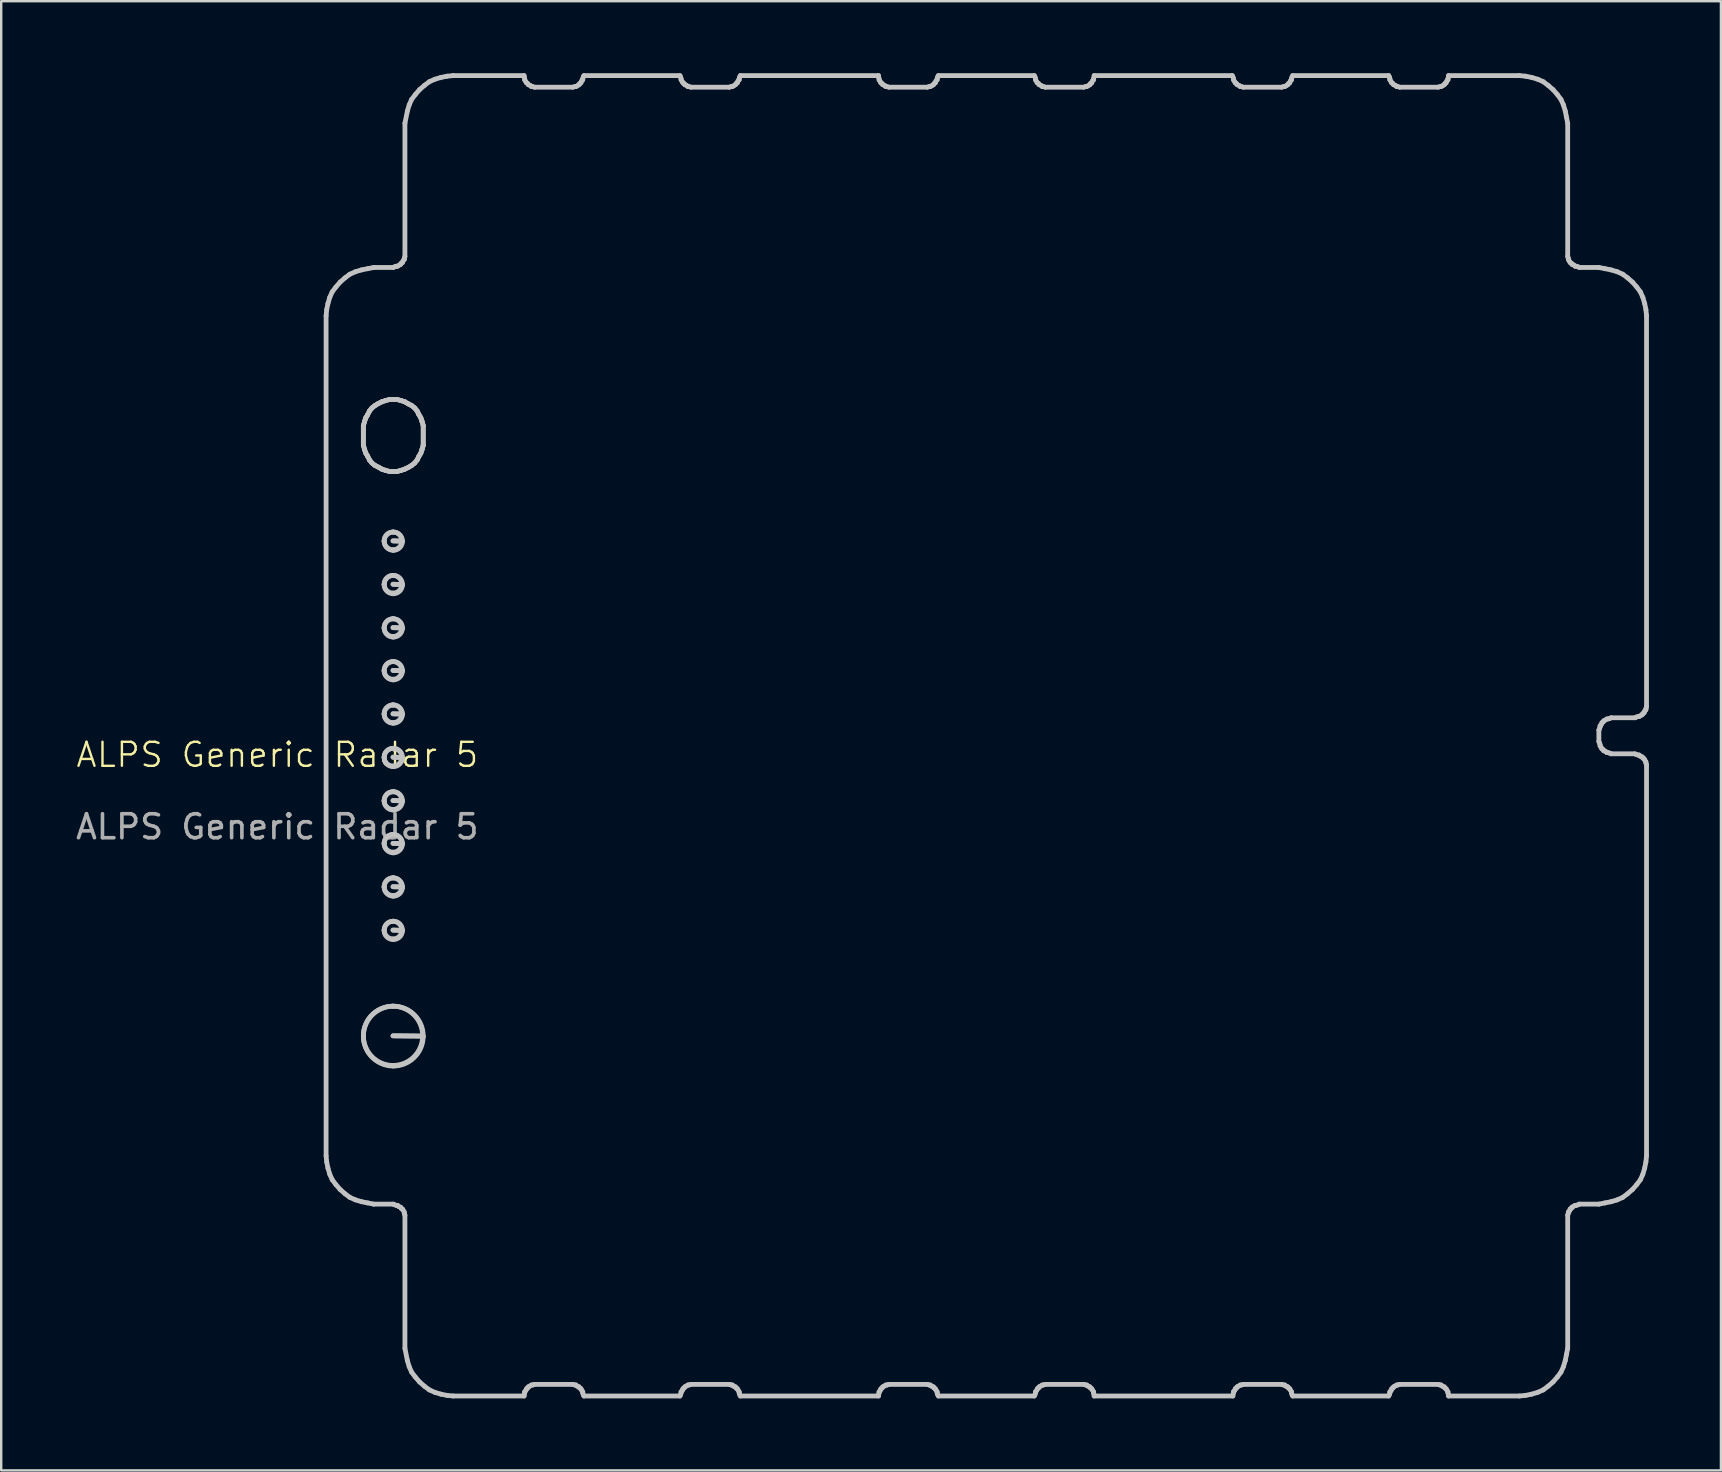
<source format=kicad_pcb>
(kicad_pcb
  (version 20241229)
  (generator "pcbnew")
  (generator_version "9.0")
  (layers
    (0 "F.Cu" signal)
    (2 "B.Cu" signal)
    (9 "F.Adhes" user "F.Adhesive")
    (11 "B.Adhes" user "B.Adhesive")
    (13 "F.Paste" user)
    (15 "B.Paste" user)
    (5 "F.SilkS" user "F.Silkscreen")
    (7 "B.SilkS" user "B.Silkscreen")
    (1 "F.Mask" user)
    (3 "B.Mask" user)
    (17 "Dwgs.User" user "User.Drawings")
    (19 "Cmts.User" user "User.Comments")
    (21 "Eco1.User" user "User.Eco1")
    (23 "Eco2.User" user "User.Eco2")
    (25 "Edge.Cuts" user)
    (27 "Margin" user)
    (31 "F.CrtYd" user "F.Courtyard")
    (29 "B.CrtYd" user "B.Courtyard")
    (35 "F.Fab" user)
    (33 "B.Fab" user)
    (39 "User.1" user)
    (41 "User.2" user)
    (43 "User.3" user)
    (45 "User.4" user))
  (footprint "ALPS Generic Radar 5"
    (layer "F.Cu")
    (at 8.506 28.902)
    (property "Reference" "ALPS Generic Radar 5" (at 0 -0.5 0) (unlocked yes) (layer "F.SilkS") (effects (font (size 1 1) (thickness 0.1))))
    (fp_line (start 2.032 -18.796) (end 2.032 16.213) (stroke (width 0.2) (type solid)) (layer "Dwgs.User"))
    (fp_line (start 2.032 16.213) (end 2.058 16.467) (stroke (width 0.2) (type solid)) (layer "Dwgs.User"))
    (fp_line (start 2.058 -19.051) (end 2.032 -18.796) (stroke (width 0.2) (type solid)) (layer "Dwgs.User"))
    (fp_line (start 2.058 16.467) (end 2.109 16.722) (stroke (width 0.2) (type solid)) (layer "Dwgs.User"))
    (fp_line (start 2.109 -19.305) (end 2.058 -19.051) (stroke (width 0.2) (type solid)) (layer "Dwgs.User"))
    (fp_line (start 2.109 16.722) (end 2.185 16.977) (stroke (width 0.2) (type solid)) (layer "Dwgs.User"))
    (fp_line (start 2.185 -19.56) (end 2.109 -19.305) (stroke (width 0.2) (type solid)) (layer "Dwgs.User"))
    (fp_line (start 2.185 16.977) (end 2.287 17.206) (stroke (width 0.2) (type solid)) (layer "Dwgs.User"))
    (fp_line (start 2.287 -19.789) (end 2.185 -19.56) (stroke (width 0.2) (type solid)) (layer "Dwgs.User"))
    (fp_line (start 2.287 17.206) (end 2.44 17.409) (stroke (width 0.2) (type solid)) (layer "Dwgs.User"))
    (fp_line (start 2.44 -19.992) (end 2.287 -19.789) (stroke (width 0.2) (type solid)) (layer "Dwgs.User"))
    (fp_line (start 2.44 17.409) (end 2.618 17.614) (stroke (width 0.2) (type solid)) (layer "Dwgs.User"))
    (fp_line (start 2.618 -20.197) (end 2.44 -19.992) (stroke (width 0.2) (type solid)) (layer "Dwgs.User"))
    (fp_line (start 2.618 17.614) (end 2.821 17.792) (stroke (width 0.2) (type solid)) (layer "Dwgs.User"))
    (fp_line (start 2.821 -20.375) (end 2.618 -20.197) (stroke (width 0.2) (type solid)) (layer "Dwgs.User"))
    (fp_line (start 2.821 17.792) (end 3.025 17.944) (stroke (width 0.2) (type solid)) (layer "Dwgs.User"))
    (fp_line (start 3.025 -20.527) (end 2.821 -20.375) (stroke (width 0.2) (type solid)) (layer "Dwgs.User"))
    (fp_line (start 3.025 17.944) (end 3.255 18.046) (stroke (width 0.2) (type solid)) (layer "Dwgs.User"))
    (fp_line (start 3.255 -20.629) (end 3.025 -20.527) (stroke (width 0.2) (type solid)) (layer "Dwgs.User"))
    (fp_line (start 3.255 18.046) (end 3.51 18.123) (stroke (width 0.2) (type solid)) (layer "Dwgs.User"))
    (fp_line (start 3.51 -20.706) (end 3.255 -20.629) (stroke (width 0.2) (type solid)) (layer "Dwgs.User"))
    (fp_line (start 3.51 18.123) (end 3.764 18.173) (stroke (width 0.2) (type solid)) (layer "Dwgs.User"))
    (fp_line (start 3.585 -14.214) (end 3.636 -14.392) (stroke (width 0.2) (type solid)) (layer "Dwgs.User"))
    (fp_line (start 3.585 -14.214) (end 3.636 -14.392) (stroke (width 0.2) (type solid)) (layer "Dwgs.User"))
    (fp_line (start 3.585 -14.06) (end 3.585 -14.214) (stroke (width 0.2) (type solid)) (layer "Dwgs.User"))
    (fp_line (start 3.585 -14.06) (end 3.585 -14.214) (stroke (width 0.2) (type solid)) (layer "Dwgs.User"))
    (fp_line (start 3.585 -13.399) (end 3.585 -14.06) (stroke (width 0.2) (type solid)) (layer "Dwgs.User"))
    (fp_line (start 3.585 -13.399) (end 3.585 -14.06) (stroke (width 0.2) (type solid)) (layer "Dwgs.User"))
    (fp_line (start 3.636 -14.392) (end 3.688 -14.544) (stroke (width 0.2) (type solid)) (layer "Dwgs.User"))
    (fp_line (start 3.636 -14.392) (end 3.688 -14.544) (stroke (width 0.2) (type solid)) (layer "Dwgs.User"))
    (fp_line (start 3.636 -13.22) (end 3.585 -13.399) (stroke (width 0.2) (type solid)) (layer "Dwgs.User"))
    (fp_line (start 3.636 -13.22) (end 3.585 -13.399) (stroke (width 0.2) (type solid)) (layer "Dwgs.User"))
    (fp_line (start 3.688 -14.544) (end 3.764 -14.672) (stroke (width 0.2) (type solid)) (layer "Dwgs.User"))
    (fp_line (start 3.688 -14.544) (end 3.764 -14.672) (stroke (width 0.2) (type solid)) (layer "Dwgs.User"))
    (fp_line (start 3.688 -13.067) (end 3.636 -13.22) (stroke (width 0.2) (type solid)) (layer "Dwgs.User"))
    (fp_line (start 3.688 -13.067) (end 3.636 -13.22) (stroke (width 0.2) (type solid)) (layer "Dwgs.User"))
    (fp_line (start 3.764 -20.756) (end 3.51 -20.706) (stroke (width 0.2) (type solid)) (layer "Dwgs.User"))
    (fp_line (start 3.764 18.173) (end 4.019 18.224) (stroke (width 0.2) (type solid)) (layer "Dwgs.User"))
    (fp_line (start 3.764 -14.672) (end 3.84 -14.824) (stroke (width 0.2) (type solid)) (layer "Dwgs.User"))
    (fp_line (start 3.764 -14.672) (end 3.84 -14.824) (stroke (width 0.2) (type solid)) (layer "Dwgs.User"))
    (fp_line (start 3.764 -12.941) (end 3.688 -13.067) (stroke (width 0.2) (type solid)) (layer "Dwgs.User"))
    (fp_line (start 3.764 -12.941) (end 3.688 -13.067) (stroke (width 0.2) (type solid)) (layer "Dwgs.User"))
    (fp_line (start 3.84 -14.824) (end 3.942 -14.952) (stroke (width 0.2) (type solid)) (layer "Dwgs.User"))
    (fp_line (start 3.84 -14.824) (end 3.942 -14.952) (stroke (width 0.2) (type solid)) (layer "Dwgs.User"))
    (fp_line (start 3.84 -12.787) (end 3.764 -12.941) (stroke (width 0.2) (type solid)) (layer "Dwgs.User"))
    (fp_line (start 3.84 -12.787) (end 3.764 -12.941) (stroke (width 0.2) (type solid)) (layer "Dwgs.User"))
    (fp_line (start 3.942 -14.952) (end 4.069 -15.053) (stroke (width 0.2) (type solid)) (layer "Dwgs.User"))
    (fp_line (start 3.942 -14.952) (end 4.069 -15.053) (stroke (width 0.2) (type solid)) (layer "Dwgs.User"))
    (fp_line (start 3.942 -12.66) (end 3.84 -12.787) (stroke (width 0.2) (type solid)) (layer "Dwgs.User"))
    (fp_line (start 3.942 -12.66) (end 3.84 -12.787) (stroke (width 0.2) (type solid)) (layer "Dwgs.User"))
    (fp_line (start 4.019 -20.807) (end 3.764 -20.756) (stroke (width 0.2) (type solid)) (layer "Dwgs.User"))
    (fp_line (start 4.019 18.224) (end 4.833 18.224) (stroke (width 0.2) (type solid)) (layer "Dwgs.User"))
    (fp_line (start 4.069 -15.053) (end 4.197 -15.13) (stroke (width 0.2) (type solid)) (layer "Dwgs.User"))
    (fp_line (start 4.069 -15.053) (end 4.197 -15.13) (stroke (width 0.2) (type solid)) (layer "Dwgs.User"))
    (fp_line (start 4.069 -12.558) (end 3.942 -12.66) (stroke (width 0.2) (type solid)) (layer "Dwgs.User"))
    (fp_line (start 4.069 -12.558) (end 3.942 -12.66) (stroke (width 0.2) (type solid)) (layer "Dwgs.User"))
    (fp_line (start 4.197 -15.13) (end 4.349 -15.207) (stroke (width 0.2) (type solid)) (layer "Dwgs.User"))
    (fp_line (start 4.197 -15.13) (end 4.349 -15.207) (stroke (width 0.2) (type solid)) (layer "Dwgs.User"))
    (fp_line (start 4.222 -12.481) (end 4.069 -12.558) (stroke (width 0.2) (type solid)) (layer "Dwgs.User"))
    (fp_line (start 4.222 -12.481) (end 4.069 -12.558) (stroke (width 0.2) (type solid)) (layer "Dwgs.User"))
    (fp_line (start 4.349 -15.207) (end 4.502 -15.257) (stroke (width 0.2) (type solid)) (layer "Dwgs.User"))
    (fp_line (start 4.349 -15.207) (end 4.502 -15.257) (stroke (width 0.2) (type solid)) (layer "Dwgs.User"))
    (fp_line (start 4.349 -12.406) (end 4.222 -12.481) (stroke (width 0.2) (type solid)) (layer "Dwgs.User"))
    (fp_line (start 4.349 -12.406) (end 4.222 -12.481) (stroke (width 0.2) (type solid)) (layer "Dwgs.User"))
    (fp_line (start 4.502 -15.257) (end 4.68 -15.308) (stroke (width 0.2) (type solid)) (layer "Dwgs.User"))
    (fp_line (start 4.502 -15.257) (end 4.68 -15.308) (stroke (width 0.2) (type solid)) (layer "Dwgs.User"))
    (fp_line (start 4.502 -12.355) (end 4.349 -12.406) (stroke (width 0.2) (type solid)) (layer "Dwgs.User"))
    (fp_line (start 4.502 -12.355) (end 4.349 -12.406) (stroke (width 0.2) (type solid)) (layer "Dwgs.User"))
    (fp_line (start 4.68 -15.308) (end 4.986 -15.308) (stroke (width 0.2) (type solid)) (layer "Dwgs.User"))
    (fp_line (start 4.68 -15.308) (end 4.986 -15.308) (stroke (width 0.2) (type solid)) (layer "Dwgs.User"))
    (fp_line (start 4.68 -12.304) (end 4.502 -12.355) (stroke (width 0.2) (type solid)) (layer "Dwgs.User"))
    (fp_line (start 4.68 -12.304) (end 4.502 -12.355) (stroke (width 0.2) (type solid)) (layer "Dwgs.User"))
    (fp_line (start 4.821 -9.414) (end 5.19 -9.402) (stroke (width 0.2) (type solid)) (layer "Dwgs.User"))
    (fp_line (start 4.821 -7.606) (end 5.19 -7.595) (stroke (width 0.2) (type solid)) (layer "Dwgs.User"))
    (fp_line (start 4.821 -5.799) (end 5.19 -5.787) (stroke (width 0.2) (type solid)) (layer "Dwgs.User"))
    (fp_line (start 4.821 -4.016) (end 5.19 -4.005) (stroke (width 0.2) (type solid)) (layer "Dwgs.User"))
    (fp_line (start 4.821 -2.208) (end 5.19 -2.197) (stroke (width 0.2) (type solid)) (layer "Dwgs.User"))
    (fp_line (start 4.821 -0.4) (end 5.19 -0.389) (stroke (width 0.2) (type solid)) (layer "Dwgs.User"))
    (fp_line (start 4.821 1.407) (end 5.19 1.418) (stroke (width 0.2) (type solid)) (layer "Dwgs.User"))
    (fp_line (start 4.821 3.19) (end 5.19 3.2) (stroke (width 0.2) (type solid)) (layer "Dwgs.User"))
    (fp_line (start 4.821 4.997) (end 5.19 5.008) (stroke (width 0.2) (type solid)) (layer "Dwgs.User"))
    (fp_line (start 4.821 6.805) (end 5.19 6.816) (stroke (width 0.2) (type solid)) (layer "Dwgs.User"))
    (fp_line (start 4.821 11.21) (end 6.055 11.222) (stroke (width 0.2) (type solid)) (layer "Dwgs.User"))
    (fp_line (start 4.833 -20.807) (end 4.019 -20.807) (stroke (width 0.2) (type solid)) (layer "Dwgs.User"))
    (fp_line (start 4.833 18.224) (end 4.884 18.25) (stroke (width 0.2) (type solid)) (layer "Dwgs.User"))
    (fp_line (start 4.884 -20.833) (end 4.833 -20.807) (stroke (width 0.2) (type solid)) (layer "Dwgs.User"))
    (fp_line (start 4.884 18.25) (end 4.961 18.275) (stroke (width 0.2) (type solid)) (layer "Dwgs.User"))
    (fp_line (start 4.961 -20.859) (end 4.884 -20.833) (stroke (width 0.2) (type solid)) (layer "Dwgs.User"))
    (fp_line (start 4.961 18.275) (end 5.012 18.275) (stroke (width 0.2) (type solid)) (layer "Dwgs.User"))
    (fp_line (start 4.986 -15.308) (end 5.164 -15.257) (stroke (width 0.2) (type solid)) (layer "Dwgs.User"))
    (fp_line (start 4.986 -15.308) (end 5.164 -15.257) (stroke (width 0.2) (type solid)) (layer "Dwgs.User"))
    (fp_line (start 4.986 -12.304) (end 4.68 -12.304) (stroke (width 0.2) (type solid)) (layer "Dwgs.User"))
    (fp_line (start 4.986 -12.304) (end 4.68 -12.304) (stroke (width 0.2) (type solid)) (layer "Dwgs.User"))
    (fp_line (start 5.012 -20.859) (end 4.961 -20.859) (stroke (width 0.2) (type solid)) (layer "Dwgs.User"))
    (fp_line (start 5.012 18.275) (end 5.062 18.326) (stroke (width 0.2) (type solid)) (layer "Dwgs.User"))
    (fp_line (start 5.062 18.326) (end 5.139 18.352) (stroke (width 0.2) (type solid)) (layer "Dwgs.User"))
    (fp_line (start 5.087 -20.91) (end 5.012 -20.859) (stroke (width 0.2) (type solid)) (layer "Dwgs.User"))
    (fp_line (start 5.139 -20.935) (end 5.087 -20.91) (stroke (width 0.2) (type solid)) (layer "Dwgs.User"))
    (fp_line (start 5.139 18.352) (end 5.164 18.402) (stroke (width 0.2) (type solid)) (layer "Dwgs.User"))
    (fp_line (start 5.164 -20.986) (end 5.139 -20.935) (stroke (width 0.2) (type solid)) (layer "Dwgs.User"))
    (fp_line (start 5.164 18.402) (end 5.215 18.428) (stroke (width 0.2) (type solid)) (layer "Dwgs.User"))
    (fp_line (start 5.164 -15.257) (end 5.317 -15.207) (stroke (width 0.2) (type solid)) (layer "Dwgs.User"))
    (fp_line (start 5.164 -15.257) (end 5.317 -15.207) (stroke (width 0.2) (type solid)) (layer "Dwgs.User"))
    (fp_line (start 5.164 -12.355) (end 4.986 -12.304) (stroke (width 0.2) (type solid)) (layer "Dwgs.User"))
    (fp_line (start 5.164 -12.355) (end 4.986 -12.304) (stroke (width 0.2) (type solid)) (layer "Dwgs.User"))
    (fp_line (start 5.19 -9.402) (end 4.821 -9.414) (stroke (width 0.2) (type solid)) (layer "Dwgs.User"))
    (fp_line (start 5.19 -7.595) (end 4.821 -7.606) (stroke (width 0.2) (type solid)) (layer "Dwgs.User"))
    (fp_line (start 5.19 -5.787) (end 4.821 -5.799) (stroke (width 0.2) (type solid)) (layer "Dwgs.User"))
    (fp_line (start 5.19 -4.005) (end 4.821 -4.016) (stroke (width 0.2) (type solid)) (layer "Dwgs.User"))
    (fp_line (start 5.19 -2.197) (end 4.821 -2.208) (stroke (width 0.2) (type solid)) (layer "Dwgs.User"))
    (fp_line (start 5.19 -0.389) (end 4.821 -0.4) (stroke (width 0.2) (type solid)) (layer "Dwgs.User"))
    (fp_line (start 5.19 1.418) (end 4.821 1.407) (stroke (width 0.2) (type solid)) (layer "Dwgs.User"))
    (fp_line (start 5.19 3.2) (end 4.821 3.19) (stroke (width 0.2) (type solid)) (layer "Dwgs.User"))
    (fp_line (start 5.19 5.008) (end 4.821 4.997) (stroke (width 0.2) (type solid)) (layer "Dwgs.User"))
    (fp_line (start 5.19 6.816) (end 4.821 6.805) (stroke (width 0.2) (type solid)) (layer "Dwgs.User"))
    (fp_line (start 5.215 -21.011) (end 5.164 -20.986) (stroke (width 0.2) (type solid)) (layer "Dwgs.User"))
    (fp_line (start 5.215 18.428) (end 5.241 18.479) (stroke (width 0.2) (type solid)) (layer "Dwgs.User"))
    (fp_line (start 5.241 -21.088) (end 5.215 -21.011) (stroke (width 0.2) (type solid)) (layer "Dwgs.User"))
    (fp_line (start 5.241 18.479) (end 5.291 18.555) (stroke (width 0.2) (type solid)) (layer "Dwgs.User"))
    (fp_line (start 5.291 -21.19) (end 5.291 -21.139) (stroke (width 0.2) (type solid)) (layer "Dwgs.User"))
    (fp_line (start 5.291 -21.139) (end 5.241 -21.088) (stroke (width 0.2) (type solid)) (layer "Dwgs.User"))
    (fp_line (start 5.291 18.555) (end 5.291 18.606) (stroke (width 0.2) (type solid)) (layer "Dwgs.User"))
    (fp_line (start 5.291 18.606) (end 5.317 18.682) (stroke (width 0.2) (type solid)) (layer "Dwgs.User"))
    (fp_line (start 5.317 -26.816) (end 5.317 -21.266) (stroke (width 0.2) (type solid)) (layer "Dwgs.User"))
    (fp_line (start 5.317 -21.266) (end 5.291 -21.19) (stroke (width 0.2) (type solid)) (layer "Dwgs.User"))
    (fp_line (start 5.317 18.682) (end 5.317 24.233) (stroke (width 0.2) (type solid)) (layer "Dwgs.User"))
    (fp_line (start 5.317 24.233) (end 5.419 24.742) (stroke (width 0.2) (type solid)) (layer "Dwgs.User"))
    (fp_line (start 5.317 -15.207) (end 5.444 -15.13) (stroke (width 0.2) (type solid)) (layer "Dwgs.User"))
    (fp_line (start 5.317 -15.207) (end 5.444 -15.13) (stroke (width 0.2) (type solid)) (layer "Dwgs.User"))
    (fp_line (start 5.317 -12.406) (end 5.164 -12.355) (stroke (width 0.2) (type solid)) (layer "Dwgs.User"))
    (fp_line (start 5.317 -12.406) (end 5.164 -12.355) (stroke (width 0.2) (type solid)) (layer "Dwgs.User"))
    (fp_line (start 5.419 -27.325) (end 5.317 -26.816) (stroke (width 0.2) (type solid)) (layer "Dwgs.User"))
    (fp_line (start 5.419 24.742) (end 5.495 24.997) (stroke (width 0.2) (type solid)) (layer "Dwgs.User"))
    (fp_line (start 5.444 -15.13) (end 5.597 -15.053) (stroke (width 0.2) (type solid)) (layer "Dwgs.User"))
    (fp_line (start 5.444 -15.13) (end 5.597 -15.053) (stroke (width 0.2) (type solid)) (layer "Dwgs.User"))
    (fp_line (start 5.47 -12.481) (end 5.317 -12.406) (stroke (width 0.2) (type solid)) (layer "Dwgs.User"))
    (fp_line (start 5.47 -12.481) (end 5.317 -12.406) (stroke (width 0.2) (type solid)) (layer "Dwgs.User"))
    (fp_line (start 5.495 -27.58) (end 5.419 -27.325) (stroke (width 0.2) (type solid)) (layer "Dwgs.User"))
    (fp_line (start 5.495 24.997) (end 5.597 25.226) (stroke (width 0.2) (type solid)) (layer "Dwgs.User"))
    (fp_line (start 5.597 -27.809) (end 5.495 -27.58) (stroke (width 0.2) (type solid)) (layer "Dwgs.User"))
    (fp_line (start 5.597 25.226) (end 5.75 25.429) (stroke (width 0.2) (type solid)) (layer "Dwgs.User"))
    (fp_line (start 5.597 -15.053) (end 5.724 -14.952) (stroke (width 0.2) (type solid)) (layer "Dwgs.User"))
    (fp_line (start 5.597 -15.053) (end 5.724 -14.952) (stroke (width 0.2) (type solid)) (layer "Dwgs.User"))
    (fp_line (start 5.597 -12.558) (end 5.47 -12.481) (stroke (width 0.2) (type solid)) (layer "Dwgs.User"))
    (fp_line (start 5.597 -12.558) (end 5.47 -12.481) (stroke (width 0.2) (type solid)) (layer "Dwgs.User"))
    (fp_line (start 5.724 -14.952) (end 5.826 -14.824) (stroke (width 0.2) (type solid)) (layer "Dwgs.User"))
    (fp_line (start 5.724 -14.952) (end 5.826 -14.824) (stroke (width 0.2) (type solid)) (layer "Dwgs.User"))
    (fp_line (start 5.724 -12.66) (end 5.597 -12.558) (stroke (width 0.2) (type solid)) (layer "Dwgs.User"))
    (fp_line (start 5.724 -12.66) (end 5.597 -12.558) (stroke (width 0.2) (type solid)) (layer "Dwgs.User"))
    (fp_line (start 5.75 -28.013) (end 5.597 -27.809) (stroke (width 0.2) (type solid)) (layer "Dwgs.User"))
    (fp_line (start 5.75 25.429) (end 5.928 25.634) (stroke (width 0.2) (type solid)) (layer "Dwgs.User"))
    (fp_line (start 5.826 -14.824) (end 5.902 -14.672) (stroke (width 0.2) (type solid)) (layer "Dwgs.User"))
    (fp_line (start 5.826 -14.824) (end 5.902 -14.672) (stroke (width 0.2) (type solid)) (layer "Dwgs.User"))
    (fp_line (start 5.826 -12.787) (end 5.724 -12.66) (stroke (width 0.2) (type solid)) (layer "Dwgs.User"))
    (fp_line (start 5.826 -12.787) (end 5.724 -12.66) (stroke (width 0.2) (type solid)) (layer "Dwgs.User"))
    (fp_line (start 5.902 -14.672) (end 5.979 -14.544) (stroke (width 0.2) (type solid)) (layer "Dwgs.User"))
    (fp_line (start 5.902 -14.672) (end 5.979 -14.544) (stroke (width 0.2) (type solid)) (layer "Dwgs.User"))
    (fp_line (start 5.902 -12.941) (end 5.826 -12.787) (stroke (width 0.2) (type solid)) (layer "Dwgs.User"))
    (fp_line (start 5.902 -12.941) (end 5.826 -12.787) (stroke (width 0.2) (type solid)) (layer "Dwgs.User"))
    (fp_line (start 5.928 -28.217) (end 5.75 -28.013) (stroke (width 0.2) (type solid)) (layer "Dwgs.User"))
    (fp_line (start 5.928 25.634) (end 6.132 25.812) (stroke (width 0.2) (type solid)) (layer "Dwgs.User"))
    (fp_line (start 5.979 -14.544) (end 6.029 -14.392) (stroke (width 0.2) (type solid)) (layer "Dwgs.User"))
    (fp_line (start 5.979 -14.544) (end 6.029 -14.392) (stroke (width 0.2) (type solid)) (layer "Dwgs.User"))
    (fp_line (start 5.979 -13.067) (end 5.902 -12.941) (stroke (width 0.2) (type solid)) (layer "Dwgs.User"))
    (fp_line (start 5.979 -13.067) (end 5.902 -12.941) (stroke (width 0.2) (type solid)) (layer "Dwgs.User"))
    (fp_line (start 6.029 -14.392) (end 6.08 -14.214) (stroke (width 0.2) (type solid)) (layer "Dwgs.User"))
    (fp_line (start 6.029 -14.392) (end 6.08 -14.214) (stroke (width 0.2) (type solid)) (layer "Dwgs.User"))
    (fp_line (start 6.029 -13.22) (end 5.979 -13.067) (stroke (width 0.2) (type solid)) (layer "Dwgs.User"))
    (fp_line (start 6.029 -13.22) (end 5.979 -13.067) (stroke (width 0.2) (type solid)) (layer "Dwgs.User"))
    (fp_line (start 6.055 11.222) (end 4.821 11.21) (stroke (width 0.2) (type solid)) (layer "Dwgs.User"))
    (fp_line (start 6.08 -14.214) (end 6.08 -13.399) (stroke (width 0.2) (type solid)) (layer "Dwgs.User"))
    (fp_line (start 6.08 -14.214) (end 6.08 -13.399) (stroke (width 0.2) (type solid)) (layer "Dwgs.User"))
    (fp_line (start 6.08 -13.399) (end 6.029 -13.22) (stroke (width 0.2) (type solid)) (layer "Dwgs.User"))
    (fp_line (start 6.08 -13.399) (end 6.029 -13.22) (stroke (width 0.2) (type solid)) (layer "Dwgs.User"))
    (fp_line (start 6.132 -28.395) (end 5.928 -28.217) (stroke (width 0.2) (type solid)) (layer "Dwgs.User"))
    (fp_line (start 6.132 25.812) (end 6.335 25.964) (stroke (width 0.2) (type solid)) (layer "Dwgs.User"))
    (fp_line (start 6.335 -28.547) (end 6.132 -28.395) (stroke (width 0.2) (type solid)) (layer "Dwgs.User"))
    (fp_line (start 6.335 25.964) (end 6.564 26.066) (stroke (width 0.2) (type solid)) (layer "Dwgs.User"))
    (fp_line (start 6.564 -28.65) (end 6.335 -28.547) (stroke (width 0.2) (type solid)) (layer "Dwgs.User"))
    (fp_line (start 6.564 26.066) (end 6.819 26.143) (stroke (width 0.2) (type solid)) (layer "Dwgs.User"))
    (fp_line (start 6.819 -28.726) (end 6.564 -28.65) (stroke (width 0.2) (type solid)) (layer "Dwgs.User"))
    (fp_line (start 6.819 26.143) (end 7.073 26.193) (stroke (width 0.2) (type solid)) (layer "Dwgs.User"))
    (fp_line (start 7.073 -28.777) (end 6.819 -28.726) (stroke (width 0.2) (type solid)) (layer "Dwgs.User"))
    (fp_line (start 7.073 26.193) (end 7.328 26.219) (stroke (width 0.2) (type solid)) (layer "Dwgs.User"))
    (fp_line (start 7.328 -28.802) (end 7.073 -28.777) (stroke (width 0.2) (type solid)) (layer "Dwgs.User"))
    (fp_line (start 7.328 26.219) (end 10.282 26.219) (stroke (width 0.2) (type solid)) (layer "Dwgs.User"))
    (fp_line (start 10.282 -28.802) (end 7.328 -28.802) (stroke (width 0.2) (type solid)) (layer "Dwgs.User"))
    (fp_line (start 10.282 -28.752) (end 10.282 -28.802) (stroke (width 0.2) (type solid)) (layer "Dwgs.User"))
    (fp_line (start 10.282 26.169) (end 10.307 26.092) (stroke (width 0.2) (type solid)) (layer "Dwgs.User"))
    (fp_line (start 10.282 26.219) (end 10.282 26.169) (stroke (width 0.2) (type solid)) (layer "Dwgs.User"))
    (fp_line (start 10.307 -28.675) (end 10.282 -28.752) (stroke (width 0.2) (type solid)) (layer "Dwgs.User"))
    (fp_line (start 10.307 -28.624) (end 10.307 -28.675) (stroke (width 0.2) (type solid)) (layer "Dwgs.User"))
    (fp_line (start 10.307 26.041) (end 10.358 25.99) (stroke (width 0.2) (type solid)) (layer "Dwgs.User"))
    (fp_line (start 10.307 26.092) (end 10.307 26.041) (stroke (width 0.2) (type solid)) (layer "Dwgs.User"))
    (fp_line (start 10.358 -28.547) (end 10.307 -28.624) (stroke (width 0.2) (type solid)) (layer "Dwgs.User"))
    (fp_line (start 10.358 25.99) (end 10.384 25.914) (stroke (width 0.2) (type solid)) (layer "Dwgs.User"))
    (fp_line (start 10.384 -28.497) (end 10.358 -28.547) (stroke (width 0.2) (type solid)) (layer "Dwgs.User"))
    (fp_line (start 10.384 25.914) (end 10.435 25.888) (stroke (width 0.2) (type solid)) (layer "Dwgs.User"))
    (fp_line (start 10.435 -28.472) (end 10.384 -28.497) (stroke (width 0.2) (type solid)) (layer "Dwgs.User"))
    (fp_line (start 10.435 25.888) (end 10.46 25.837) (stroke (width 0.2) (type solid)) (layer "Dwgs.User"))
    (fp_line (start 10.46 -28.421) (end 10.435 -28.472) (stroke (width 0.2) (type solid)) (layer "Dwgs.User"))
    (fp_line (start 10.46 25.837) (end 10.511 25.812) (stroke (width 0.2) (type solid)) (layer "Dwgs.User"))
    (fp_line (start 10.511 25.812) (end 10.587 25.761) (stroke (width 0.2) (type solid)) (layer "Dwgs.User"))
    (fp_line (start 10.537 -28.395) (end 10.46 -28.421) (stroke (width 0.2) (type solid)) (layer "Dwgs.User"))
    (fp_line (start 10.587 -28.344) (end 10.537 -28.395) (stroke (width 0.2) (type solid)) (layer "Dwgs.User"))
    (fp_line (start 10.587 25.761) (end 10.638 25.761) (stroke (width 0.2) (type solid)) (layer "Dwgs.User"))
    (fp_line (start 10.638 -28.344) (end 10.587 -28.344) (stroke (width 0.2) (type solid)) (layer "Dwgs.User"))
    (fp_line (start 10.638 25.761) (end 10.715 25.735) (stroke (width 0.2) (type solid)) (layer "Dwgs.User"))
    (fp_line (start 10.715 -28.318) (end 10.638 -28.344) (stroke (width 0.2) (type solid)) (layer "Dwgs.User"))
    (fp_line (start 10.715 25.735) (end 12.318 25.735) (stroke (width 0.2) (type solid)) (layer "Dwgs.User"))
    (fp_line (start 12.318 -28.318) (end 10.715 -28.318) (stroke (width 0.2) (type solid)) (layer "Dwgs.User"))
    (fp_line (start 12.318 25.735) (end 12.395 25.761) (stroke (width 0.2) (type solid)) (layer "Dwgs.User"))
    (fp_line (start 12.395 -28.344) (end 12.318 -28.318) (stroke (width 0.2) (type solid)) (layer "Dwgs.User"))
    (fp_line (start 12.395 25.761) (end 12.446 25.761) (stroke (width 0.2) (type solid)) (layer "Dwgs.User"))
    (fp_line (start 12.446 -28.344) (end 12.395 -28.344) (stroke (width 0.2) (type solid)) (layer "Dwgs.User"))
    (fp_line (start 12.446 25.761) (end 12.497 25.812) (stroke (width 0.2) (type solid)) (layer "Dwgs.User"))
    (fp_line (start 12.497 25.812) (end 12.573 25.837) (stroke (width 0.2) (type solid)) (layer "Dwgs.User"))
    (fp_line (start 12.523 -28.395) (end 12.446 -28.344) (stroke (width 0.2) (type solid)) (layer "Dwgs.User"))
    (fp_line (start 12.573 -28.421) (end 12.523 -28.395) (stroke (width 0.2) (type solid)) (layer "Dwgs.User"))
    (fp_line (start 12.573 25.837) (end 12.598 25.888) (stroke (width 0.2) (type solid)) (layer "Dwgs.User"))
    (fp_line (start 12.598 -28.472) (end 12.573 -28.421) (stroke (width 0.2) (type solid)) (layer "Dwgs.User"))
    (fp_line (start 12.598 25.888) (end 12.65 25.914) (stroke (width 0.2) (type solid)) (layer "Dwgs.User"))
    (fp_line (start 12.65 -28.497) (end 12.598 -28.472) (stroke (width 0.2) (type solid)) (layer "Dwgs.User"))
    (fp_line (start 12.65 25.914) (end 12.675 25.964) (stroke (width 0.2) (type solid)) (layer "Dwgs.User"))
    (fp_line (start 12.675 -28.573) (end 12.65 -28.497) (stroke (width 0.2) (type solid)) (layer "Dwgs.User"))
    (fp_line (start 12.675 25.964) (end 12.726 26.041) (stroke (width 0.2) (type solid)) (layer "Dwgs.User"))
    (fp_line (start 12.726 -28.675) (end 12.726 -28.624) (stroke (width 0.2) (type solid)) (layer "Dwgs.User"))
    (fp_line (start 12.726 -28.624) (end 12.675 -28.573) (stroke (width 0.2) (type solid)) (layer "Dwgs.User"))
    (fp_line (start 12.726 26.041) (end 12.726 26.092) (stroke (width 0.2) (type solid)) (layer "Dwgs.User"))
    (fp_line (start 12.726 26.092) (end 12.752 26.169) (stroke (width 0.2) (type solid)) (layer "Dwgs.User"))
    (fp_line (start 12.752 -28.752) (end 12.726 -28.675) (stroke (width 0.2) (type solid)) (layer "Dwgs.User"))
    (fp_line (start 12.752 26.169) (end 12.777 26.219) (stroke (width 0.2) (type solid)) (layer "Dwgs.User"))
    (fp_line (start 12.777 -28.802) (end 12.752 -28.752) (stroke (width 0.2) (type solid)) (layer "Dwgs.User"))
    (fp_line (start 12.777 26.219) (end 16.775 26.219) (stroke (width 0.2) (type solid)) (layer "Dwgs.User"))
    (fp_line (start 16.775 -28.802) (end 12.777 -28.802) (stroke (width 0.2) (type solid)) (layer "Dwgs.User"))
    (fp_line (start 16.775 26.219) (end 16.8 26.169) (stroke (width 0.2) (type solid)) (layer "Dwgs.User"))
    (fp_line (start 16.8 -28.752) (end 16.775 -28.802) (stroke (width 0.2) (type solid)) (layer "Dwgs.User"))
    (fp_line (start 16.8 26.169) (end 16.825 26.092) (stroke (width 0.2) (type solid)) (layer "Dwgs.User"))
    (fp_line (start 16.825 -28.675) (end 16.8 -28.752) (stroke (width 0.2) (type solid)) (layer "Dwgs.User"))
    (fp_line (start 16.825 -28.624) (end 16.825 -28.675) (stroke (width 0.2) (type solid)) (layer "Dwgs.User"))
    (fp_line (start 16.825 26.041) (end 16.876 25.99) (stroke (width 0.2) (type solid)) (layer "Dwgs.User"))
    (fp_line (start 16.825 26.092) (end 16.825 26.041) (stroke (width 0.2) (type solid)) (layer "Dwgs.User"))
    (fp_line (start 16.876 -28.547) (end 16.825 -28.624) (stroke (width 0.2) (type solid)) (layer "Dwgs.User"))
    (fp_line (start 16.876 25.99) (end 16.902 25.914) (stroke (width 0.2) (type solid)) (layer "Dwgs.User"))
    (fp_line (start 16.902 -28.497) (end 16.876 -28.547) (stroke (width 0.2) (type solid)) (layer "Dwgs.User"))
    (fp_line (start 16.902 25.914) (end 16.953 25.888) (stroke (width 0.2) (type solid)) (layer "Dwgs.User"))
    (fp_line (start 16.953 -28.472) (end 16.902 -28.497) (stroke (width 0.2) (type solid)) (layer "Dwgs.User"))
    (fp_line (start 16.953 25.888) (end 16.978 25.837) (stroke (width 0.2) (type solid)) (layer "Dwgs.User"))
    (fp_line (start 16.978 -28.421) (end 16.953 -28.472) (stroke (width 0.2) (type solid)) (layer "Dwgs.User"))
    (fp_line (start 16.978 25.837) (end 17.029 25.812) (stroke (width 0.2) (type solid)) (layer "Dwgs.User"))
    (fp_line (start 17.029 25.812) (end 17.105 25.761) (stroke (width 0.2) (type solid)) (layer "Dwgs.User"))
    (fp_line (start 17.055 -28.395) (end 16.978 -28.421) (stroke (width 0.2) (type solid)) (layer "Dwgs.User"))
    (fp_line (start 17.105 -28.344) (end 17.055 -28.395) (stroke (width 0.2) (type solid)) (layer "Dwgs.User"))
    (fp_line (start 17.105 25.761) (end 17.156 25.761) (stroke (width 0.2) (type solid)) (layer "Dwgs.User"))
    (fp_line (start 17.156 -28.344) (end 17.105 -28.344) (stroke (width 0.2) (type solid)) (layer "Dwgs.User"))
    (fp_line (start 17.156 25.761) (end 17.233 25.735) (stroke (width 0.2) (type solid)) (layer "Dwgs.User"))
    (fp_line (start 17.233 -28.318) (end 17.156 -28.344) (stroke (width 0.2) (type solid)) (layer "Dwgs.User"))
    (fp_line (start 17.233 25.735) (end 18.836 25.735) (stroke (width 0.2) (type solid)) (layer "Dwgs.User"))
    (fp_line (start 18.836 -28.318) (end 17.233 -28.318) (stroke (width 0.2) (type solid)) (layer "Dwgs.User"))
    (fp_line (start 18.836 25.735) (end 18.913 25.761) (stroke (width 0.2) (type solid)) (layer "Dwgs.User"))
    (fp_line (start 18.913 -28.344) (end 18.836 -28.318) (stroke (width 0.2) (type solid)) (layer "Dwgs.User"))
    (fp_line (start 18.913 25.761) (end 18.964 25.761) (stroke (width 0.2) (type solid)) (layer "Dwgs.User"))
    (fp_line (start 18.964 -28.344) (end 18.913 -28.344) (stroke (width 0.2) (type solid)) (layer "Dwgs.User"))
    (fp_line (start 18.964 25.761) (end 19.015 25.812) (stroke (width 0.2) (type solid)) (layer "Dwgs.User"))
    (fp_line (start 19.015 25.812) (end 19.091 25.837) (stroke (width 0.2) (type solid)) (layer "Dwgs.User"))
    (fp_line (start 19.041 -28.395) (end 18.964 -28.344) (stroke (width 0.2) (type solid)) (layer "Dwgs.User"))
    (fp_line (start 19.091 -28.421) (end 19.041 -28.395) (stroke (width 0.2) (type solid)) (layer "Dwgs.User"))
    (fp_line (start 19.091 25.837) (end 19.117 25.888) (stroke (width 0.2) (type solid)) (layer "Dwgs.User"))
    (fp_line (start 19.117 -28.472) (end 19.091 -28.421) (stroke (width 0.2) (type solid)) (layer "Dwgs.User"))
    (fp_line (start 19.117 25.888) (end 19.168 25.914) (stroke (width 0.2) (type solid)) (layer "Dwgs.User"))
    (fp_line (start 19.168 -28.497) (end 19.117 -28.472) (stroke (width 0.2) (type solid)) (layer "Dwgs.User"))
    (fp_line (start 19.168 25.914) (end 19.193 25.964) (stroke (width 0.2) (type solid)) (layer "Dwgs.User"))
    (fp_line (start 19.193 -28.573) (end 19.168 -28.497) (stroke (width 0.2) (type solid)) (layer "Dwgs.User"))
    (fp_line (start 19.193 25.964) (end 19.244 26.041) (stroke (width 0.2) (type solid)) (layer "Dwgs.User"))
    (fp_line (start 19.244 -28.675) (end 19.244 -28.624) (stroke (width 0.2) (type solid)) (layer "Dwgs.User"))
    (fp_line (start 19.244 -28.624) (end 19.193 -28.573) (stroke (width 0.2) (type solid)) (layer "Dwgs.User"))
    (fp_line (start 19.244 26.041) (end 19.244 26.092) (stroke (width 0.2) (type solid)) (layer "Dwgs.User"))
    (fp_line (start 19.244 26.092) (end 19.27 26.169) (stroke (width 0.2) (type solid)) (layer "Dwgs.User"))
    (fp_line (start 19.27 -28.752) (end 19.244 -28.675) (stroke (width 0.2) (type solid)) (layer "Dwgs.User"))
    (fp_line (start 19.27 26.169) (end 19.295 26.219) (stroke (width 0.2) (type solid)) (layer "Dwgs.User"))
    (fp_line (start 19.295 -28.802) (end 19.27 -28.752) (stroke (width 0.2) (type solid)) (layer "Dwgs.User"))
    (fp_line (start 19.295 26.219) (end 25.05 26.219) (stroke (width 0.2) (type solid)) (layer "Dwgs.User"))
    (fp_line (start 25.05 -28.802) (end 19.295 -28.802) (stroke (width 0.2) (type solid)) (layer "Dwgs.User"))
    (fp_line (start 25.05 -28.752) (end 25.05 -28.802) (stroke (width 0.2) (type solid)) (layer "Dwgs.User"))
    (fp_line (start 25.05 26.169) (end 25.075 26.092) (stroke (width 0.2) (type solid)) (layer "Dwgs.User"))
    (fp_line (start 25.05 26.219) (end 25.05 26.169) (stroke (width 0.2) (type solid)) (layer "Dwgs.User"))
    (fp_line (start 25.075 -28.675) (end 25.05 -28.752) (stroke (width 0.2) (type solid)) (layer "Dwgs.User"))
    (fp_line (start 25.075 -28.624) (end 25.075 -28.675) (stroke (width 0.2) (type solid)) (layer "Dwgs.User"))
    (fp_line (start 25.075 26.041) (end 25.125 25.99) (stroke (width 0.2) (type solid)) (layer "Dwgs.User"))
    (fp_line (start 25.075 26.092) (end 25.075 26.041) (stroke (width 0.2) (type solid)) (layer "Dwgs.User"))
    (fp_line (start 25.125 -28.547) (end 25.075 -28.624) (stroke (width 0.2) (type solid)) (layer "Dwgs.User"))
    (fp_line (start 25.125 25.99) (end 25.151 25.914) (stroke (width 0.2) (type solid)) (layer "Dwgs.User"))
    (fp_line (start 25.151 -28.497) (end 25.125 -28.547) (stroke (width 0.2) (type solid)) (layer "Dwgs.User"))
    (fp_line (start 25.151 25.914) (end 25.202 25.888) (stroke (width 0.2) (type solid)) (layer "Dwgs.User"))
    (fp_line (start 25.202 -28.472) (end 25.151 -28.497) (stroke (width 0.2) (type solid)) (layer "Dwgs.User"))
    (fp_line (start 25.202 25.888) (end 25.227 25.837) (stroke (width 0.2) (type solid)) (layer "Dwgs.User"))
    (fp_line (start 25.227 -28.421) (end 25.202 -28.472) (stroke (width 0.2) (type solid)) (layer "Dwgs.User"))
    (fp_line (start 25.227 25.837) (end 25.279 25.812) (stroke (width 0.2) (type solid)) (layer "Dwgs.User"))
    (fp_line (start 25.279 25.812) (end 25.354 25.761) (stroke (width 0.2) (type solid)) (layer "Dwgs.User"))
    (fp_line (start 25.304 -28.395) (end 25.227 -28.421) (stroke (width 0.2) (type solid)) (layer "Dwgs.User"))
    (fp_line (start 25.354 -28.344) (end 25.304 -28.395) (stroke (width 0.2) (type solid)) (layer "Dwgs.User"))
    (fp_line (start 25.354 25.761) (end 25.405 25.761) (stroke (width 0.2) (type solid)) (layer "Dwgs.User"))
    (fp_line (start 25.405 -28.344) (end 25.354 -28.344) (stroke (width 0.2) (type solid)) (layer "Dwgs.User"))
    (fp_line (start 25.405 25.761) (end 25.482 25.735) (stroke (width 0.2) (type solid)) (layer "Dwgs.User"))
    (fp_line (start 25.482 -28.318) (end 25.405 -28.344) (stroke (width 0.2) (type solid)) (layer "Dwgs.User"))
    (fp_line (start 25.482 25.735) (end 27.087 25.735) (stroke (width 0.2) (type solid)) (layer "Dwgs.User"))
    (fp_line (start 27.087 -28.318) (end 25.482 -28.318) (stroke (width 0.2) (type solid)) (layer "Dwgs.User"))
    (fp_line (start 27.087 25.735) (end 27.162 25.761) (stroke (width 0.2) (type solid)) (layer "Dwgs.User"))
    (fp_line (start 27.162 -28.344) (end 27.087 -28.318) (stroke (width 0.2) (type solid)) (layer "Dwgs.User"))
    (fp_line (start 27.162 25.761) (end 27.213 25.761) (stroke (width 0.2) (type solid)) (layer "Dwgs.User"))
    (fp_line (start 27.213 -28.344) (end 27.162 -28.344) (stroke (width 0.2) (type solid)) (layer "Dwgs.User"))
    (fp_line (start 27.213 25.761) (end 27.264 25.812) (stroke (width 0.2) (type solid)) (layer "Dwgs.User"))
    (fp_line (start 27.264 25.812) (end 27.341 25.837) (stroke (width 0.2) (type solid)) (layer "Dwgs.User"))
    (fp_line (start 27.29 -28.395) (end 27.213 -28.344) (stroke (width 0.2) (type solid)) (layer "Dwgs.User"))
    (fp_line (start 27.341 -28.421) (end 27.29 -28.395) (stroke (width 0.2) (type solid)) (layer "Dwgs.User"))
    (fp_line (start 27.341 25.837) (end 27.366 25.888) (stroke (width 0.2) (type solid)) (layer "Dwgs.User"))
    (fp_line (start 27.366 -28.472) (end 27.341 -28.421) (stroke (width 0.2) (type solid)) (layer "Dwgs.User"))
    (fp_line (start 27.366 25.888) (end 27.417 25.914) (stroke (width 0.2) (type solid)) (layer "Dwgs.User"))
    (fp_line (start 27.417 -28.497) (end 27.366 -28.472) (stroke (width 0.2) (type solid)) (layer "Dwgs.User"))
    (fp_line (start 27.417 25.914) (end 27.442 25.964) (stroke (width 0.2) (type solid)) (layer "Dwgs.User"))
    (fp_line (start 27.442 -28.573) (end 27.417 -28.497) (stroke (width 0.2) (type solid)) (layer "Dwgs.User"))
    (fp_line (start 27.442 25.964) (end 27.494 26.041) (stroke (width 0.2) (type solid)) (layer "Dwgs.User"))
    (fp_line (start 27.494 -28.675) (end 27.494 -28.624) (stroke (width 0.2) (type solid)) (layer "Dwgs.User"))
    (fp_line (start 27.494 -28.624) (end 27.442 -28.573) (stroke (width 0.2) (type solid)) (layer "Dwgs.User"))
    (fp_line (start 27.494 26.041) (end 27.494 26.092) (stroke (width 0.2) (type solid)) (layer "Dwgs.User"))
    (fp_line (start 27.494 26.092) (end 27.519 26.169) (stroke (width 0.2) (type solid)) (layer "Dwgs.User"))
    (fp_line (start 27.519 -28.752) (end 27.494 -28.675) (stroke (width 0.2) (type solid)) (layer "Dwgs.User"))
    (fp_line (start 27.519 26.169) (end 27.545 26.219) (stroke (width 0.2) (type solid)) (layer "Dwgs.User"))
    (fp_line (start 27.545 -28.802) (end 27.519 -28.752) (stroke (width 0.2) (type solid)) (layer "Dwgs.User"))
    (fp_line (start 27.545 26.219) (end 31.542 26.219) (stroke (width 0.2) (type solid)) (layer "Dwgs.User"))
    (fp_line (start 31.542 -28.802) (end 27.545 -28.802) (stroke (width 0.2) (type solid)) (layer "Dwgs.User"))
    (fp_line (start 31.542 26.219) (end 31.568 26.169) (stroke (width 0.2) (type solid)) (layer "Dwgs.User"))
    (fp_line (start 31.568 -28.752) (end 31.542 -28.802) (stroke (width 0.2) (type solid)) (layer "Dwgs.User"))
    (fp_line (start 31.568 26.169) (end 31.593 26.092) (stroke (width 0.2) (type solid)) (layer "Dwgs.User"))
    (fp_line (start 31.593 -28.675) (end 31.568 -28.752) (stroke (width 0.2) (type solid)) (layer "Dwgs.User"))
    (fp_line (start 31.593 -28.624) (end 31.593 -28.675) (stroke (width 0.2) (type solid)) (layer "Dwgs.User"))
    (fp_line (start 31.593 26.041) (end 31.643 25.99) (stroke (width 0.2) (type solid)) (layer "Dwgs.User"))
    (fp_line (start 31.593 26.092) (end 31.593 26.041) (stroke (width 0.2) (type solid)) (layer "Dwgs.User"))
    (fp_line (start 31.643 -28.547) (end 31.593 -28.624) (stroke (width 0.2) (type solid)) (layer "Dwgs.User"))
    (fp_line (start 31.643 25.99) (end 31.669 25.914) (stroke (width 0.2) (type solid)) (layer "Dwgs.User"))
    (fp_line (start 31.669 -28.497) (end 31.643 -28.547) (stroke (width 0.2) (type solid)) (layer "Dwgs.User"))
    (fp_line (start 31.669 25.914) (end 31.72 25.888) (stroke (width 0.2) (type solid)) (layer "Dwgs.User"))
    (fp_line (start 31.72 -28.472) (end 31.669 -28.497) (stroke (width 0.2) (type solid)) (layer "Dwgs.User"))
    (fp_line (start 31.72 25.888) (end 31.746 25.837) (stroke (width 0.2) (type solid)) (layer "Dwgs.User"))
    (fp_line (start 31.746 -28.421) (end 31.72 -28.472) (stroke (width 0.2) (type solid)) (layer "Dwgs.User"))
    (fp_line (start 31.746 25.837) (end 31.797 25.812) (stroke (width 0.2) (type solid)) (layer "Dwgs.User"))
    (fp_line (start 31.797 25.812) (end 31.872 25.761) (stroke (width 0.2) (type solid)) (layer "Dwgs.User"))
    (fp_line (start 31.822 -28.395) (end 31.746 -28.421) (stroke (width 0.2) (type solid)) (layer "Dwgs.User"))
    (fp_line (start 31.872 -28.344) (end 31.822 -28.395) (stroke (width 0.2) (type solid)) (layer "Dwgs.User"))
    (fp_line (start 31.872 25.761) (end 31.923 25.761) (stroke (width 0.2) (type solid)) (layer "Dwgs.User"))
    (fp_line (start 31.923 -28.344) (end 31.872 -28.344) (stroke (width 0.2) (type solid)) (layer "Dwgs.User"))
    (fp_line (start 31.923 25.761) (end 32 25.735) (stroke (width 0.2) (type solid)) (layer "Dwgs.User"))
    (fp_line (start 32 -28.318) (end 31.923 -28.344) (stroke (width 0.2) (type solid)) (layer "Dwgs.User"))
    (fp_line (start 32 25.735) (end 33.605 25.735) (stroke (width 0.2) (type solid)) (layer "Dwgs.User"))
    (fp_line (start 33.605 -28.318) (end 32 -28.318) (stroke (width 0.2) (type solid)) (layer "Dwgs.User"))
    (fp_line (start 33.605 25.735) (end 33.68 25.761) (stroke (width 0.2) (type solid)) (layer "Dwgs.User"))
    (fp_line (start 33.68 -28.344) (end 33.605 -28.318) (stroke (width 0.2) (type solid)) (layer "Dwgs.User"))
    (fp_line (start 33.68 25.761) (end 33.731 25.761) (stroke (width 0.2) (type solid)) (layer "Dwgs.User"))
    (fp_line (start 33.731 -28.344) (end 33.68 -28.344) (stroke (width 0.2) (type solid)) (layer "Dwgs.User"))
    (fp_line (start 33.731 25.761) (end 33.783 25.812) (stroke (width 0.2) (type solid)) (layer "Dwgs.User"))
    (fp_line (start 33.783 25.812) (end 33.859 25.837) (stroke (width 0.2) (type solid)) (layer "Dwgs.User"))
    (fp_line (start 33.808 -28.395) (end 33.731 -28.344) (stroke (width 0.2) (type solid)) (layer "Dwgs.User"))
    (fp_line (start 33.859 -28.421) (end 33.808 -28.395) (stroke (width 0.2) (type solid)) (layer "Dwgs.User"))
    (fp_line (start 33.859 25.837) (end 33.884 25.888) (stroke (width 0.2) (type solid)) (layer "Dwgs.User"))
    (fp_line (start 33.884 -28.472) (end 33.859 -28.421) (stroke (width 0.2) (type solid)) (layer "Dwgs.User"))
    (fp_line (start 33.884 25.888) (end 33.935 25.914) (stroke (width 0.2) (type solid)) (layer "Dwgs.User"))
    (fp_line (start 33.935 -28.497) (end 33.884 -28.472) (stroke (width 0.2) (type solid)) (layer "Dwgs.User"))
    (fp_line (start 33.935 25.914) (end 33.96 25.964) (stroke (width 0.2) (type solid)) (layer "Dwgs.User"))
    (fp_line (start 33.96 -28.573) (end 33.935 -28.497) (stroke (width 0.2) (type solid)) (layer "Dwgs.User"))
    (fp_line (start 33.96 25.964) (end 34.012 26.041) (stroke (width 0.2) (type solid)) (layer "Dwgs.User"))
    (fp_line (start 34.012 -28.675) (end 34.012 -28.624) (stroke (width 0.2) (type solid)) (layer "Dwgs.User"))
    (fp_line (start 34.012 -28.624) (end 33.96 -28.573) (stroke (width 0.2) (type solid)) (layer "Dwgs.User"))
    (fp_line (start 34.012 26.041) (end 34.012 26.092) (stroke (width 0.2) (type solid)) (layer "Dwgs.User"))
    (fp_line (start 34.012 26.092) (end 34.037 26.169) (stroke (width 0.2) (type solid)) (layer "Dwgs.User"))
    (fp_line (start 34.037 -28.802) (end 34.037 -28.752) (stroke (width 0.2) (type solid)) (layer "Dwgs.User"))
    (fp_line (start 34.037 -28.752) (end 34.012 -28.675) (stroke (width 0.2) (type solid)) (layer "Dwgs.User"))
    (fp_line (start 34.037 26.169) (end 34.037 26.219) (stroke (width 0.2) (type solid)) (layer "Dwgs.User"))
    (fp_line (start 34.037 26.219) (end 39.817 26.219) (stroke (width 0.2) (type solid)) (layer "Dwgs.User"))
    (fp_line (start 39.791 -28.802) (end 34.037 -28.802) (stroke (width 0.2) (type solid)) (layer "Dwgs.User"))
    (fp_line (start 39.817 -28.752) (end 39.791 -28.802) (stroke (width 0.2) (type solid)) (layer "Dwgs.User"))
    (fp_line (start 39.817 26.169) (end 39.842 26.092) (stroke (width 0.2) (type solid)) (layer "Dwgs.User"))
    (fp_line (start 39.817 26.219) (end 39.817 26.169) (stroke (width 0.2) (type solid)) (layer "Dwgs.User"))
    (fp_line (start 39.842 -28.675) (end 39.817 -28.752) (stroke (width 0.2) (type solid)) (layer "Dwgs.User"))
    (fp_line (start 39.842 -28.624) (end 39.842 -28.675) (stroke (width 0.2) (type solid)) (layer "Dwgs.User"))
    (fp_line (start 39.842 26.041) (end 39.894 25.99) (stroke (width 0.2) (type solid)) (layer "Dwgs.User"))
    (fp_line (start 39.842 26.092) (end 39.842 26.041) (stroke (width 0.2) (type solid)) (layer "Dwgs.User"))
    (fp_line (start 39.894 -28.547) (end 39.842 -28.624) (stroke (width 0.2) (type solid)) (layer "Dwgs.User"))
    (fp_line (start 39.894 25.99) (end 39.918 25.914) (stroke (width 0.2) (type solid)) (layer "Dwgs.User"))
    (fp_line (start 39.918 -28.497) (end 39.894 -28.547) (stroke (width 0.2) (type solid)) (layer "Dwgs.User"))
    (fp_line (start 39.918 25.914) (end 39.969 25.888) (stroke (width 0.2) (type solid)) (layer "Dwgs.User"))
    (fp_line (start 39.969 -28.472) (end 39.918 -28.497) (stroke (width 0.2) (type solid)) (layer "Dwgs.User"))
    (fp_line (start 39.969 25.888) (end 39.995 25.837) (stroke (width 0.2) (type solid)) (layer "Dwgs.User"))
    (fp_line (start 39.995 -28.421) (end 39.969 -28.472) (stroke (width 0.2) (type solid)) (layer "Dwgs.User"))
    (fp_line (start 39.995 25.837) (end 40.046 25.812) (stroke (width 0.2) (type solid)) (layer "Dwgs.User"))
    (fp_line (start 40.046 25.812) (end 40.123 25.761) (stroke (width 0.2) (type solid)) (layer "Dwgs.User"))
    (fp_line (start 40.071 -28.395) (end 39.995 -28.421) (stroke (width 0.2) (type solid)) (layer "Dwgs.User"))
    (fp_line (start 40.123 -28.344) (end 40.071 -28.395) (stroke (width 0.2) (type solid)) (layer "Dwgs.User"))
    (fp_line (start 40.123 25.761) (end 40.173 25.761) (stroke (width 0.2) (type solid)) (layer "Dwgs.User"))
    (fp_line (start 40.173 -28.344) (end 40.123 -28.344) (stroke (width 0.2) (type solid)) (layer "Dwgs.User"))
    (fp_line (start 40.173 25.761) (end 40.249 25.735) (stroke (width 0.2) (type solid)) (layer "Dwgs.User"))
    (fp_line (start 40.249 -28.318) (end 40.173 -28.344) (stroke (width 0.2) (type solid)) (layer "Dwgs.User"))
    (fp_line (start 40.249 25.735) (end 41.854 25.735) (stroke (width 0.2) (type solid)) (layer "Dwgs.User"))
    (fp_line (start 41.854 -28.318) (end 40.249 -28.318) (stroke (width 0.2) (type solid)) (layer "Dwgs.User"))
    (fp_line (start 41.854 25.735) (end 41.93 25.761) (stroke (width 0.2) (type solid)) (layer "Dwgs.User"))
    (fp_line (start 41.93 -28.344) (end 41.854 -28.318) (stroke (width 0.2) (type solid)) (layer "Dwgs.User"))
    (fp_line (start 41.93 25.761) (end 41.981 25.761) (stroke (width 0.2) (type solid)) (layer "Dwgs.User"))
    (fp_line (start 41.981 -28.344) (end 41.93 -28.344) (stroke (width 0.2) (type solid)) (layer "Dwgs.User"))
    (fp_line (start 41.981 25.761) (end 42.032 25.812) (stroke (width 0.2) (type solid)) (layer "Dwgs.User"))
    (fp_line (start 42.032 25.812) (end 42.108 25.837) (stroke (width 0.2) (type solid)) (layer "Dwgs.User"))
    (fp_line (start 42.057 -28.395) (end 41.981 -28.344) (stroke (width 0.2) (type solid)) (layer "Dwgs.User"))
    (fp_line (start 42.108 -28.421) (end 42.057 -28.395) (stroke (width 0.2) (type solid)) (layer "Dwgs.User"))
    (fp_line (start 42.108 25.837) (end 42.134 25.888) (stroke (width 0.2) (type solid)) (layer "Dwgs.User"))
    (fp_line (start 42.134 -28.472) (end 42.108 -28.421) (stroke (width 0.2) (type solid)) (layer "Dwgs.User"))
    (fp_line (start 42.134 25.888) (end 42.184 25.914) (stroke (width 0.2) (type solid)) (layer "Dwgs.User"))
    (fp_line (start 42.184 -28.497) (end 42.134 -28.472) (stroke (width 0.2) (type solid)) (layer "Dwgs.User"))
    (fp_line (start 42.184 25.914) (end 42.21 25.964) (stroke (width 0.2) (type solid)) (layer "Dwgs.User"))
    (fp_line (start 42.21 -28.573) (end 42.184 -28.497) (stroke (width 0.2) (type solid)) (layer "Dwgs.User"))
    (fp_line (start 42.21 25.964) (end 42.261 26.041) (stroke (width 0.2) (type solid)) (layer "Dwgs.User"))
    (fp_line (start 42.261 -28.675) (end 42.261 -28.624) (stroke (width 0.2) (type solid)) (layer "Dwgs.User"))
    (fp_line (start 42.261 -28.624) (end 42.21 -28.573) (stroke (width 0.2) (type solid)) (layer "Dwgs.User"))
    (fp_line (start 42.261 26.041) (end 42.261 26.092) (stroke (width 0.2) (type solid)) (layer "Dwgs.User"))
    (fp_line (start 42.261 26.092) (end 42.286 26.169) (stroke (width 0.2) (type solid)) (layer "Dwgs.User"))
    (fp_line (start 42.286 -28.752) (end 42.261 -28.675) (stroke (width 0.2) (type solid)) (layer "Dwgs.User"))
    (fp_line (start 42.286 26.169) (end 42.312 26.219) (stroke (width 0.2) (type solid)) (layer "Dwgs.User"))
    (fp_line (start 42.312 -28.802) (end 42.286 -28.752) (stroke (width 0.2) (type solid)) (layer "Dwgs.User"))
    (fp_line (start 42.312 26.219) (end 46.309 26.219) (stroke (width 0.2) (type solid)) (layer "Dwgs.User"))
    (fp_line (start 46.309 -28.802) (end 42.312 -28.802) (stroke (width 0.2) (type solid)) (layer "Dwgs.User"))
    (fp_line (start 46.309 26.219) (end 46.335 26.169) (stroke (width 0.2) (type solid)) (layer "Dwgs.User"))
    (fp_line (start 46.335 -28.752) (end 46.309 -28.802) (stroke (width 0.2) (type solid)) (layer "Dwgs.User"))
    (fp_line (start 46.335 26.169) (end 46.36 26.092) (stroke (width 0.2) (type solid)) (layer "Dwgs.User"))
    (fp_line (start 46.36 -28.675) (end 46.335 -28.752) (stroke (width 0.2) (type solid)) (layer "Dwgs.User"))
    (fp_line (start 46.36 -28.624) (end 46.36 -28.675) (stroke (width 0.2) (type solid)) (layer "Dwgs.User"))
    (fp_line (start 46.36 26.041) (end 46.412 25.99) (stroke (width 0.2) (type solid)) (layer "Dwgs.User"))
    (fp_line (start 46.36 26.092) (end 46.36 26.041) (stroke (width 0.2) (type solid)) (layer "Dwgs.User"))
    (fp_line (start 46.412 -28.547) (end 46.36 -28.624) (stroke (width 0.2) (type solid)) (layer "Dwgs.User"))
    (fp_line (start 46.412 25.99) (end 46.436 25.914) (stroke (width 0.2) (type solid)) (layer "Dwgs.User"))
    (fp_line (start 46.436 -28.497) (end 46.412 -28.547) (stroke (width 0.2) (type solid)) (layer "Dwgs.User"))
    (fp_line (start 46.436 25.914) (end 46.487 25.888) (stroke (width 0.2) (type solid)) (layer "Dwgs.User"))
    (fp_line (start 46.487 -28.472) (end 46.436 -28.497) (stroke (width 0.2) (type solid)) (layer "Dwgs.User"))
    (fp_line (start 46.487 25.888) (end 46.513 25.837) (stroke (width 0.2) (type solid)) (layer "Dwgs.User"))
    (fp_line (start 46.513 -28.421) (end 46.487 -28.472) (stroke (width 0.2) (type solid)) (layer "Dwgs.User"))
    (fp_line (start 46.513 25.837) (end 46.564 25.812) (stroke (width 0.2) (type solid)) (layer "Dwgs.User"))
    (fp_line (start 46.564 25.812) (end 46.641 25.761) (stroke (width 0.2) (type solid)) (layer "Dwgs.User"))
    (fp_line (start 46.59 -28.395) (end 46.513 -28.421) (stroke (width 0.2) (type solid)) (layer "Dwgs.User"))
    (fp_line (start 46.641 -28.344) (end 46.59 -28.395) (stroke (width 0.2) (type solid)) (layer "Dwgs.User"))
    (fp_line (start 46.641 25.761) (end 46.691 25.761) (stroke (width 0.2) (type solid)) (layer "Dwgs.User"))
    (fp_line (start 46.691 -28.344) (end 46.641 -28.344) (stroke (width 0.2) (type solid)) (layer "Dwgs.User"))
    (fp_line (start 46.691 25.761) (end 46.767 25.735) (stroke (width 0.2) (type solid)) (layer "Dwgs.User"))
    (fp_line (start 46.767 -28.318) (end 46.691 -28.344) (stroke (width 0.2) (type solid)) (layer "Dwgs.User"))
    (fp_line (start 46.767 25.735) (end 48.372 25.735) (stroke (width 0.2) (type solid)) (layer "Dwgs.User"))
    (fp_line (start 48.372 -28.318) (end 46.767 -28.318) (stroke (width 0.2) (type solid)) (layer "Dwgs.User"))
    (fp_line (start 48.372 25.735) (end 48.448 25.761) (stroke (width 0.2) (type solid)) (layer "Dwgs.User"))
    (fp_line (start 48.448 -28.344) (end 48.372 -28.318) (stroke (width 0.2) (type solid)) (layer "Dwgs.User"))
    (fp_line (start 48.448 25.761) (end 48.499 25.761) (stroke (width 0.2) (type solid)) (layer "Dwgs.User"))
    (fp_line (start 48.499 -28.344) (end 48.448 -28.344) (stroke (width 0.2) (type solid)) (layer "Dwgs.User"))
    (fp_line (start 48.499 25.761) (end 48.55 25.812) (stroke (width 0.2) (type solid)) (layer "Dwgs.User"))
    (fp_line (start 48.55 25.812) (end 48.627 25.837) (stroke (width 0.2) (type solid)) (layer "Dwgs.User"))
    (fp_line (start 48.575 -28.395) (end 48.499 -28.344) (stroke (width 0.2) (type solid)) (layer "Dwgs.User"))
    (fp_line (start 48.627 -28.421) (end 48.575 -28.395) (stroke (width 0.2) (type solid)) (layer "Dwgs.User"))
    (fp_line (start 48.627 25.837) (end 48.652 25.888) (stroke (width 0.2) (type solid)) (layer "Dwgs.User"))
    (fp_line (start 48.652 -28.472) (end 48.627 -28.421) (stroke (width 0.2) (type solid)) (layer "Dwgs.User"))
    (fp_line (start 48.652 25.888) (end 48.702 25.914) (stroke (width 0.2) (type solid)) (layer "Dwgs.User"))
    (fp_line (start 48.702 -28.497) (end 48.652 -28.472) (stroke (width 0.2) (type solid)) (layer "Dwgs.User"))
    (fp_line (start 48.702 25.914) (end 48.728 25.964) (stroke (width 0.2) (type solid)) (layer "Dwgs.User"))
    (fp_line (start 48.728 -28.573) (end 48.702 -28.497) (stroke (width 0.2) (type solid)) (layer "Dwgs.User"))
    (fp_line (start 48.728 25.964) (end 48.779 26.041) (stroke (width 0.2) (type solid)) (layer "Dwgs.User"))
    (fp_line (start 48.779 -28.675) (end 48.779 -28.624) (stroke (width 0.2) (type solid)) (layer "Dwgs.User"))
    (fp_line (start 48.779 -28.624) (end 48.728 -28.573) (stroke (width 0.2) (type solid)) (layer "Dwgs.User"))
    (fp_line (start 48.779 26.041) (end 48.779 26.092) (stroke (width 0.2) (type solid)) (layer "Dwgs.User"))
    (fp_line (start 48.779 26.092) (end 48.804 26.169) (stroke (width 0.2) (type solid)) (layer "Dwgs.User"))
    (fp_line (start 48.804 -28.802) (end 48.804 -28.752) (stroke (width 0.2) (type solid)) (layer "Dwgs.User"))
    (fp_line (start 48.804 -28.752) (end 48.779 -28.675) (stroke (width 0.2) (type solid)) (layer "Dwgs.User"))
    (fp_line (start 48.804 26.169) (end 48.804 26.219) (stroke (width 0.2) (type solid)) (layer "Dwgs.User"))
    (fp_line (start 48.804 26.219) (end 51.758 26.219) (stroke (width 0.2) (type solid)) (layer "Dwgs.User"))
    (fp_line (start 51.758 -28.802) (end 48.804 -28.802) (stroke (width 0.2) (type solid)) (layer "Dwgs.User"))
    (fp_line (start 51.758 26.219) (end 52.012 26.193) (stroke (width 0.2) (type solid)) (layer "Dwgs.User"))
    (fp_line (start 52.012 -28.777) (end 51.758 -28.802) (stroke (width 0.2) (type solid)) (layer "Dwgs.User"))
    (fp_line (start 52.012 26.193) (end 52.267 26.143) (stroke (width 0.2) (type solid)) (layer "Dwgs.User"))
    (fp_line (start 52.267 -28.726) (end 52.012 -28.777) (stroke (width 0.2) (type solid)) (layer "Dwgs.User"))
    (fp_line (start 52.267 26.143) (end 52.522 26.066) (stroke (width 0.2) (type solid)) (layer "Dwgs.User"))
    (fp_line (start 52.522 -28.65) (end 52.267 -28.726) (stroke (width 0.2) (type solid)) (layer "Dwgs.User"))
    (fp_line (start 52.522 26.066) (end 52.751 25.964) (stroke (width 0.2) (type solid)) (layer "Dwgs.User"))
    (fp_line (start 52.751 -28.547) (end 52.522 -28.65) (stroke (width 0.2) (type solid)) (layer "Dwgs.User"))
    (fp_line (start 52.751 25.964) (end 52.954 25.812) (stroke (width 0.2) (type solid)) (layer "Dwgs.User"))
    (fp_line (start 52.954 -28.395) (end 52.751 -28.547) (stroke (width 0.2) (type solid)) (layer "Dwgs.User"))
    (fp_line (start 52.954 25.812) (end 53.159 25.634) (stroke (width 0.2) (type solid)) (layer "Dwgs.User"))
    (fp_line (start 53.159 -28.217) (end 52.954 -28.395) (stroke (width 0.2) (type solid)) (layer "Dwgs.User"))
    (fp_line (start 53.159 25.634) (end 53.337 25.429) (stroke (width 0.2) (type solid)) (layer "Dwgs.User"))
    (fp_line (start 53.337 -28.013) (end 53.159 -28.217) (stroke (width 0.2) (type solid)) (layer "Dwgs.User"))
    (fp_line (start 53.337 25.429) (end 53.489 25.226) (stroke (width 0.2) (type solid)) (layer "Dwgs.User"))
    (fp_line (start 53.489 -27.809) (end 53.337 -28.013) (stroke (width 0.2) (type solid)) (layer "Dwgs.User"))
    (fp_line (start 53.489 25.226) (end 53.591 24.997) (stroke (width 0.2) (type solid)) (layer "Dwgs.User"))
    (fp_line (start 53.591 -27.58) (end 53.489 -27.809) (stroke (width 0.2) (type solid)) (layer "Dwgs.User"))
    (fp_line (start 53.591 24.997) (end 53.668 24.742) (stroke (width 0.2) (type solid)) (layer "Dwgs.User"))
    (fp_line (start 53.668 -27.325) (end 53.591 -27.58) (stroke (width 0.2) (type solid)) (layer "Dwgs.User"))
    (fp_line (start 53.668 24.742) (end 53.718 24.488) (stroke (width 0.2) (type solid)) (layer "Dwgs.User"))
    (fp_line (start 53.718 -27.071) (end 53.668 -27.325) (stroke (width 0.2) (type solid)) (layer "Dwgs.User"))
    (fp_line (start 53.718 24.488) (end 53.769 24.233) (stroke (width 0.2) (type solid)) (layer "Dwgs.User"))
    (fp_line (start 53.769 -26.816) (end 53.718 -27.071) (stroke (width 0.2) (type solid)) (layer "Dwgs.User"))
    (fp_line (start 53.769 -21.266) (end 53.769 -26.816) (stroke (width 0.2) (type solid)) (layer "Dwgs.User"))
    (fp_line (start 53.769 18.682) (end 53.795 18.606) (stroke (width 0.2) (type solid)) (layer "Dwgs.User"))
    (fp_line (start 53.769 24.233) (end 53.769 18.682) (stroke (width 0.2) (type solid)) (layer "Dwgs.User"))
    (fp_line (start 53.795 -21.19) (end 53.769 -21.266) (stroke (width 0.2) (type solid)) (layer "Dwgs.User"))
    (fp_line (start 53.795 -21.139) (end 53.795 -21.19) (stroke (width 0.2) (type solid)) (layer "Dwgs.User"))
    (fp_line (start 53.795 18.555) (end 53.846 18.504) (stroke (width 0.2) (type solid)) (layer "Dwgs.User"))
    (fp_line (start 53.795 18.606) (end 53.795 18.555) (stroke (width 0.2) (type solid)) (layer "Dwgs.User"))
    (fp_line (start 53.846 -21.062) (end 53.795 -21.139) (stroke (width 0.2) (type solid)) (layer "Dwgs.User"))
    (fp_line (start 53.846 18.504) (end 53.871 18.428) (stroke (width 0.2) (type solid)) (layer "Dwgs.User"))
    (fp_line (start 53.871 -21.011) (end 53.846 -21.062) (stroke (width 0.2) (type solid)) (layer "Dwgs.User"))
    (fp_line (start 53.871 18.428) (end 53.923 18.402) (stroke (width 0.2) (type solid)) (layer "Dwgs.User"))
    (fp_line (start 53.923 -20.986) (end 53.871 -21.011) (stroke (width 0.2) (type solid)) (layer "Dwgs.User"))
    (fp_line (start 53.923 18.402) (end 53.948 18.352) (stroke (width 0.2) (type solid)) (layer "Dwgs.User"))
    (fp_line (start 53.948 -20.935) (end 53.923 -20.986) (stroke (width 0.2) (type solid)) (layer "Dwgs.User"))
    (fp_line (start 53.948 18.352) (end 53.998 18.326) (stroke (width 0.2) (type solid)) (layer "Dwgs.User"))
    (fp_line (start 53.998 18.326) (end 54.075 18.275) (stroke (width 0.2) (type solid)) (layer "Dwgs.User"))
    (fp_line (start 54.024 -20.91) (end 53.948 -20.935) (stroke (width 0.2) (type solid)) (layer "Dwgs.User"))
    (fp_line (start 54.075 -20.859) (end 54.024 -20.91) (stroke (width 0.2) (type solid)) (layer "Dwgs.User"))
    (fp_line (start 54.075 18.275) (end 54.126 18.275) (stroke (width 0.2) (type solid)) (layer "Dwgs.User"))
    (fp_line (start 54.126 -20.859) (end 54.075 -20.859) (stroke (width 0.2) (type solid)) (layer "Dwgs.User"))
    (fp_line (start 54.126 18.275) (end 54.202 18.25) (stroke (width 0.2) (type solid)) (layer "Dwgs.User"))
    (fp_line (start 54.202 -20.833) (end 54.126 -20.859) (stroke (width 0.2) (type solid)) (layer "Dwgs.User"))
    (fp_line (start 54.202 18.25) (end 54.253 18.224) (stroke (width 0.2) (type solid)) (layer "Dwgs.User"))
    (fp_line (start 54.253 -20.807) (end 54.202 -20.833) (stroke (width 0.2) (type solid)) (layer "Dwgs.User"))
    (fp_line (start 54.253 18.224) (end 55.068 18.224) (stroke (width 0.2) (type solid)) (layer "Dwgs.User"))
    (fp_line (start 55.068 -20.807) (end 54.253 -20.807) (stroke (width 0.2) (type solid)) (layer "Dwgs.User"))
    (fp_line (start 55.068 -1.534) (end 55.093 -1.585) (stroke (width 0.2) (type solid)) (layer "Dwgs.User"))
    (fp_line (start 55.068 -1.05) (end 55.068 -1.534) (stroke (width 0.2) (type solid)) (layer "Dwgs.User"))
    (fp_line (start 55.068 18.224) (end 55.323 18.173) (stroke (width 0.2) (type solid)) (layer "Dwgs.User"))
    (fp_line (start 55.093 -1.585) (end 55.119 -1.661) (stroke (width 0.2) (type solid)) (layer "Dwgs.User"))
    (fp_line (start 55.093 -0.999) (end 55.068 -1.05) (stroke (width 0.2) (type solid)) (layer "Dwgs.User"))
    (fp_line (start 55.119 -1.711) (end 55.17 -1.763) (stroke (width 0.2) (type solid)) (layer "Dwgs.User"))
    (fp_line (start 55.119 -1.661) (end 55.119 -1.711) (stroke (width 0.2) (type solid)) (layer "Dwgs.User"))
    (fp_line (start 55.119 -0.922) (end 55.093 -0.999) (stroke (width 0.2) (type solid)) (layer "Dwgs.User"))
    (fp_line (start 55.119 -0.872) (end 55.119 -0.922) (stroke (width 0.2) (type solid)) (layer "Dwgs.User"))
    (fp_line (start 55.17 -1.763) (end 55.196 -1.839) (stroke (width 0.2) (type solid)) (layer "Dwgs.User"))
    (fp_line (start 55.17 -0.795) (end 55.119 -0.872) (stroke (width 0.2) (type solid)) (layer "Dwgs.User"))
    (fp_line (start 55.196 -1.839) (end 55.246 -1.865) (stroke (width 0.2) (type solid)) (layer "Dwgs.User"))
    (fp_line (start 55.196 -0.744) (end 55.17 -0.795) (stroke (width 0.2) (type solid)) (layer "Dwgs.User"))
    (fp_line (start 55.246 -1.865) (end 55.271 -1.916) (stroke (width 0.2) (type solid)) (layer "Dwgs.User"))
    (fp_line (start 55.246 -0.719) (end 55.196 -0.744) (stroke (width 0.2) (type solid)) (layer "Dwgs.User"))
    (fp_line (start 55.271 -1.916) (end 55.323 -1.941) (stroke (width 0.2) (type solid)) (layer "Dwgs.User"))
    (fp_line (start 55.271 -0.667) (end 55.246 -0.719) (stroke (width 0.2) (type solid)) (layer "Dwgs.User"))
    (fp_line (start 55.323 -20.756) (end 55.068 -20.807) (stroke (width 0.2) (type solid)) (layer "Dwgs.User"))
    (fp_line (start 55.323 -1.941) (end 55.399 -1.992) (stroke (width 0.2) (type solid)) (layer "Dwgs.User"))
    (fp_line (start 55.323 18.173) (end 55.577 18.123) (stroke (width 0.2) (type solid)) (layer "Dwgs.User"))
    (fp_line (start 55.348 -0.643) (end 55.271 -0.667) (stroke (width 0.2) (type solid)) (layer "Dwgs.User"))
    (fp_line (start 55.399 -1.992) (end 55.45 -1.992) (stroke (width 0.2) (type solid)) (layer "Dwgs.User"))
    (fp_line (start 55.399 -0.592) (end 55.348 -0.643) (stroke (width 0.2) (type solid)) (layer "Dwgs.User"))
    (fp_line (start 55.45 -1.992) (end 55.526 -2.017) (stroke (width 0.2) (type solid)) (layer "Dwgs.User"))
    (fp_line (start 55.45 -0.592) (end 55.399 -0.592) (stroke (width 0.2) (type solid)) (layer "Dwgs.User"))
    (fp_line (start 55.526 -2.017) (end 55.577 -2.043) (stroke (width 0.2) (type solid)) (layer "Dwgs.User"))
    (fp_line (start 55.526 -0.566) (end 55.45 -0.592) (stroke (width 0.2) (type solid)) (layer "Dwgs.User"))
    (fp_line (start 55.577 -20.706) (end 55.323 -20.756) (stroke (width 0.2) (type solid)) (layer "Dwgs.User"))
    (fp_line (start 55.577 -2.043) (end 56.57 -2.043) (stroke (width 0.2) (type solid)) (layer "Dwgs.User"))
    (fp_line (start 55.577 -0.541) (end 55.526 -0.566) (stroke (width 0.2) (type solid)) (layer "Dwgs.User"))
    (fp_line (start 55.577 18.123) (end 55.832 18.046) (stroke (width 0.2) (type solid)) (layer "Dwgs.User"))
    (fp_line (start 55.832 -20.629) (end 55.577 -20.706) (stroke (width 0.2) (type solid)) (layer "Dwgs.User"))
    (fp_line (start 55.832 18.046) (end 56.061 17.944) (stroke (width 0.2) (type solid)) (layer "Dwgs.User"))
    (fp_line (start 56.061 -20.527) (end 55.832 -20.629) (stroke (width 0.2) (type solid)) (layer "Dwgs.User"))
    (fp_line (start 56.061 17.944) (end 56.264 17.792) (stroke (width 0.2) (type solid)) (layer "Dwgs.User"))
    (fp_line (start 56.264 -20.375) (end 56.061 -20.527) (stroke (width 0.2) (type solid)) (layer "Dwgs.User"))
    (fp_line (start 56.264 17.792) (end 56.468 17.614) (stroke (width 0.2) (type solid)) (layer "Dwgs.User"))
    (fp_line (start 56.468 -20.197) (end 56.264 -20.375) (stroke (width 0.2) (type solid)) (layer "Dwgs.User"))
    (fp_line (start 56.468 17.614) (end 56.647 17.409) (stroke (width 0.2) (type solid)) (layer "Dwgs.User"))
    (fp_line (start 56.57 -2.043) (end 56.621 -2.068) (stroke (width 0.2) (type solid)) (layer "Dwgs.User"))
    (fp_line (start 56.57 -0.541) (end 55.577 -0.541) (stroke (width 0.2) (type solid)) (layer "Dwgs.User"))
    (fp_line (start 56.621 -2.068) (end 56.698 -2.094) (stroke (width 0.2) (type solid)) (layer "Dwgs.User"))
    (fp_line (start 56.621 -0.515) (end 56.57 -0.541) (stroke (width 0.2) (type solid)) (layer "Dwgs.User"))
    (fp_line (start 56.647 -19.992) (end 56.468 -20.197) (stroke (width 0.2) (type solid)) (layer "Dwgs.User"))
    (fp_line (start 56.647 17.409) (end 56.799 17.206) (stroke (width 0.2) (type solid)) (layer "Dwgs.User"))
    (fp_line (start 56.698 -2.094) (end 56.748 -2.094) (stroke (width 0.2) (type solid)) (layer "Dwgs.User"))
    (fp_line (start 56.698 -0.489) (end 56.621 -0.515) (stroke (width 0.2) (type solid)) (layer "Dwgs.User"))
    (fp_line (start 56.748 -2.094) (end 56.825 -2.145) (stroke (width 0.2) (type solid)) (layer "Dwgs.User"))
    (fp_line (start 56.748 -0.489) (end 56.698 -0.489) (stroke (width 0.2) (type solid)) (layer "Dwgs.User"))
    (fp_line (start 56.799 -19.789) (end 56.647 -19.992) (stroke (width 0.2) (type solid)) (layer "Dwgs.User"))
    (fp_line (start 56.799 -0.438) (end 56.748 -0.489) (stroke (width 0.2) (type solid)) (layer "Dwgs.User"))
    (fp_line (start 56.799 17.206) (end 56.901 16.977) (stroke (width 0.2) (type solid)) (layer "Dwgs.User"))
    (fp_line (start 56.825 -2.145) (end 56.876 -2.171) (stroke (width 0.2) (type solid)) (layer "Dwgs.User"))
    (fp_line (start 56.876 -2.171) (end 56.901 -2.221) (stroke (width 0.2) (type solid)) (layer "Dwgs.User"))
    (fp_line (start 56.876 -0.414) (end 56.799 -0.438) (stroke (width 0.2) (type solid)) (layer "Dwgs.User"))
    (fp_line (start 56.901 -19.56) (end 56.799 -19.789) (stroke (width 0.2) (type solid)) (layer "Dwgs.User"))
    (fp_line (start 56.901 -2.221) (end 56.952 -2.246) (stroke (width 0.2) (type solid)) (layer "Dwgs.User"))
    (fp_line (start 56.901 -0.363) (end 56.876 -0.414) (stroke (width 0.2) (type solid)) (layer "Dwgs.User"))
    (fp_line (start 56.901 16.977) (end 56.977 16.722) (stroke (width 0.2) (type solid)) (layer "Dwgs.User"))
    (fp_line (start 56.952 -2.246) (end 56.977 -2.323) (stroke (width 0.2) (type solid)) (layer "Dwgs.User"))
    (fp_line (start 56.952 -0.337) (end 56.901 -0.363) (stroke (width 0.2) (type solid)) (layer "Dwgs.User"))
    (fp_line (start 56.977 -19.305) (end 56.901 -19.56) (stroke (width 0.2) (type solid)) (layer "Dwgs.User"))
    (fp_line (start 56.977 -2.323) (end 57.028 -2.374) (stroke (width 0.2) (type solid)) (layer "Dwgs.User"))
    (fp_line (start 56.977 -0.286) (end 56.952 -0.337) (stroke (width 0.2) (type solid)) (layer "Dwgs.User"))
    (fp_line (start 56.977 16.722) (end 57.028 16.467) (stroke (width 0.2) (type solid)) (layer "Dwgs.User"))
    (fp_line (start 57.028 -19.051) (end 56.977 -19.305) (stroke (width 0.2) (type solid)) (layer "Dwgs.User"))
    (fp_line (start 57.028 -2.424) (end 57.054 -2.501) (stroke (width 0.2) (type solid)) (layer "Dwgs.User"))
    (fp_line (start 57.028 -2.374) (end 57.028 -2.424) (stroke (width 0.2) (type solid)) (layer "Dwgs.User"))
    (fp_line (start 57.028 -0.209) (end 56.977 -0.286) (stroke (width 0.2) (type solid)) (layer "Dwgs.User"))
    (fp_line (start 57.028 -0.159) (end 57.028 -0.209) (stroke (width 0.2) (type solid)) (layer "Dwgs.User"))
    (fp_line (start 57.028 16.467) (end 57.054 16.213) (stroke (width 0.2) (type solid)) (layer "Dwgs.User"))
    (fp_line (start 57.054 -18.796) (end 57.028 -19.051) (stroke (width 0.2) (type solid)) (layer "Dwgs.User"))
    (fp_line (start 57.054 -2.501) (end 57.054 -18.796) (stroke (width 0.2) (type solid)) (layer "Dwgs.User"))
    (fp_line (start 57.054 -0.082) (end 57.028 -0.159) (stroke (width 0.2) (type solid)) (layer "Dwgs.User"))
    (fp_line (start 57.054 16.213) (end 57.054 -0.082) (stroke (width 0.2) (type solid)) (layer "Dwgs.User"))
    (fp_curve (pts (xy 3.585 11.21) (xy 3.585 11.891) (xy 4.138 12.444) (xy 4.821 12.444)) (stroke (width 0.2) (type solid)) (layer "Dwgs.User"))
    (fp_curve (pts (xy 3.585 11.222) (xy 3.585 11.91) (xy 4.144 12.47) (xy 4.833 12.47)) (stroke (width 0.2) (type solid)) (layer "Dwgs.User"))
    (fp_curve (pts (xy 4.451 -9.414) (xy 4.451 -9.21) (xy 4.615 -9.044) (xy 4.821 -9.044)) (stroke (width 0.2) (type solid)) (layer "Dwgs.User"))
    (fp_curve (pts (xy 4.451 -9.401) (xy 4.451 -9.191) (xy 4.621 -9.019) (xy 4.833 -9.019)) (stroke (width 0.2) (type solid)) (layer "Dwgs.User"))
    (fp_curve (pts (xy 4.451 -7.606) (xy 4.451 -7.402) (xy 4.615 -7.237) (xy 4.821 -7.237)) (stroke (width 0.2) (type solid)) (layer "Dwgs.User"))
    (fp_curve (pts (xy 4.451 -7.593) (xy 4.451 -7.383) (xy 4.621 -7.211) (xy 4.833 -7.211)) (stroke (width 0.2) (type solid)) (layer "Dwgs.User"))
    (fp_curve (pts (xy 4.451 -5.799) (xy 4.451 -5.594) (xy 4.615 -5.43) (xy 4.821 -5.43)) (stroke (width 0.2) (type solid)) (layer "Dwgs.User"))
    (fp_curve (pts (xy 4.451 -5.785) (xy 4.451 -5.576) (xy 4.621 -5.404) (xy 4.833 -5.404)) (stroke (width 0.2) (type solid)) (layer "Dwgs.User"))
    (fp_curve (pts (xy 4.451 -4.016) (xy 4.451 -3.812) (xy 4.615 -3.647) (xy 4.821 -3.647)) (stroke (width 0.2) (type solid)) (layer "Dwgs.User"))
    (fp_curve (pts (xy 4.451 -4.003) (xy 4.451 -3.793) (xy 4.621 -3.622) (xy 4.833 -3.622)) (stroke (width 0.2) (type solid)) (layer "Dwgs.User"))
    (fp_curve (pts (xy 4.451 -2.208) (xy 4.451 -2.005) (xy 4.615 -1.839) (xy 4.821 -1.839)) (stroke (width 0.2) (type solid)) (layer "Dwgs.User"))
    (fp_curve (pts (xy 4.451 -2.195) (xy 4.451 -1.985) (xy 4.621 -1.814) (xy 4.833 -1.814)) (stroke (width 0.2) (type solid)) (layer "Dwgs.User"))
    (fp_curve (pts (xy 4.451 -0.4) (xy 4.451 -0.197) (xy 4.615 -0.031) (xy 4.821 -0.031)) (stroke (width 0.2) (type solid)) (layer "Dwgs.User"))
    (fp_curve (pts (xy 4.451 -0.388) (xy 4.451 -0.178) (xy 4.621 -0.006) (xy 4.833 -0.006)) (stroke (width 0.2) (type solid)) (layer "Dwgs.User"))
    (fp_curve (pts (xy 4.451 1.407) (xy 4.451 1.611) (xy 4.615 1.777) (xy 4.821 1.777)) (stroke (width 0.2) (type solid)) (layer "Dwgs.User"))
    (fp_curve (pts (xy 4.451 1.42) (xy 4.451 1.63) (xy 4.621 1.802) (xy 4.833 1.802)) (stroke (width 0.2) (type solid)) (layer "Dwgs.User"))
    (fp_curve (pts (xy 4.451 3.19) (xy 4.451 3.393) (xy 4.615 3.559) (xy 4.821 3.559)) (stroke (width 0.2) (type solid)) (layer "Dwgs.User"))
    (fp_curve (pts (xy 4.451 3.202) (xy 4.451 3.412) (xy 4.621 3.585) (xy 4.833 3.585)) (stroke (width 0.2) (type solid)) (layer "Dwgs.User"))
    (fp_curve (pts (xy 4.451 4.997) (xy 4.451 5.201) (xy 4.615 5.366) (xy 4.821 5.366)) (stroke (width 0.2) (type solid)) (layer "Dwgs.User"))
    (fp_curve (pts (xy 4.451 5.01) (xy 4.451 5.22) (xy 4.621 5.392) (xy 4.833 5.392)) (stroke (width 0.2) (type solid)) (layer "Dwgs.User"))
    (fp_curve (pts (xy 4.451 6.805) (xy 4.451 7.008) (xy 4.615 7.174) (xy 4.821 7.174)) (stroke (width 0.2) (type solid)) (layer "Dwgs.User"))
    (fp_curve (pts (xy 4.451 6.818) (xy 4.451 7.028) (xy 4.621 7.199) (xy 4.833 7.199)) (stroke (width 0.2) (type solid)) (layer "Dwgs.User"))
    (fp_curve (pts (xy 4.821 -9.783) (xy 4.615 -9.783) (xy 4.451 -9.617) (xy 4.451 -9.414)) (stroke (width 0.2) (type solid)) (layer "Dwgs.User"))
    (fp_curve (pts (xy 4.821 -9.044) (xy 5.02 -9.044) (xy 5.184 -9.202) (xy 5.19 -9.402)) (stroke (width 0.2) (type solid)) (layer "Dwgs.User"))
    (fp_curve (pts (xy 4.821 -7.975) (xy 4.615 -7.975) (xy 4.451 -7.81) (xy 4.451 -7.606)) (stroke (width 0.2) (type solid)) (layer "Dwgs.User"))
    (fp_curve (pts (xy 4.821 -7.237) (xy 5.02 -7.237) (xy 5.184 -7.394) (xy 5.19 -7.595)) (stroke (width 0.2) (type solid)) (layer "Dwgs.User"))
    (fp_curve (pts (xy 4.821 -6.168) (xy 4.615 -6.168) (xy 4.451 -6.002) (xy 4.451 -5.799)) (stroke (width 0.2) (type solid)) (layer "Dwgs.User"))
    (fp_curve (pts (xy 4.821 -5.43) (xy 5.02 -5.43) (xy 5.184 -5.586) (xy 5.19 -5.787)) (stroke (width 0.2) (type solid)) (layer "Dwgs.User"))
    (fp_curve (pts (xy 4.821 -4.385) (xy 4.615 -4.385) (xy 4.451 -4.22) (xy 4.451 -4.016)) (stroke (width 0.2) (type solid)) (layer "Dwgs.User"))
    (fp_curve (pts (xy 4.821 -3.647) (xy 5.02 -3.647) (xy 5.184 -3.804) (xy 5.19 -4.005)) (stroke (width 0.2) (type solid)) (layer "Dwgs.User"))
    (fp_curve (pts (xy 4.821 -2.578) (xy 4.615 -2.578) (xy 4.451 -2.412) (xy 4.451 -2.208)) (stroke (width 0.2) (type solid)) (layer "Dwgs.User"))
    (fp_curve (pts (xy 4.821 -1.839) (xy 5.02 -1.839) (xy 5.184 -1.997) (xy 5.19 -2.197)) (stroke (width 0.2) (type solid)) (layer "Dwgs.User"))
    (fp_curve (pts (xy 4.821 -0.77) (xy 4.615 -0.77) (xy 4.451 -0.604) (xy 4.451 -0.4)) (stroke (width 0.2) (type solid)) (layer "Dwgs.User"))
    (fp_curve (pts (xy 4.821 -0.031) (xy 5.02 -0.031) (xy 5.184 -0.189) (xy 5.19 -0.389)) (stroke (width 0.2) (type solid)) (layer "Dwgs.User"))
    (fp_curve (pts (xy 4.821 1.038) (xy 4.615 1.038) (xy 4.451 1.204) (xy 4.451 1.407)) (stroke (width 0.2) (type solid)) (layer "Dwgs.User"))
    (fp_curve (pts (xy 4.821 1.777) (xy 5.02 1.777) (xy 5.184 1.619) (xy 5.19 1.418)) (stroke (width 0.2) (type solid)) (layer "Dwgs.User"))
    (fp_curve (pts (xy 4.821 2.821) (xy 4.615 2.821) (xy 4.451 2.985) (xy 4.451 3.19)) (stroke (width 0.2) (type solid)) (layer "Dwgs.User"))
    (fp_curve (pts (xy 4.821 3.559) (xy 5.02 3.559) (xy 5.184 3.401) (xy 5.19 3.2)) (stroke (width 0.2) (type solid)) (layer "Dwgs.User"))
    (fp_curve (pts (xy 4.821 4.628) (xy 4.615 4.628) (xy 4.451 4.793) (xy 4.451 4.997)) (stroke (width 0.2) (type solid)) (layer "Dwgs.User"))
    (fp_curve (pts (xy 4.821 5.366) (xy 5.02 5.366) (xy 5.184 5.209) (xy 5.19 5.008)) (stroke (width 0.2) (type solid)) (layer "Dwgs.User"))
    (fp_curve (pts (xy 4.821 6.436) (xy 4.615 6.436) (xy 4.451 6.601) (xy 4.451 6.805)) (stroke (width 0.2) (type solid)) (layer "Dwgs.User"))
    (fp_curve (pts (xy 4.821 7.174) (xy 5.02 7.174) (xy 5.184 7.016) (xy 5.19 6.816)) (stroke (width 0.2) (type solid)) (layer "Dwgs.User"))
    (fp_curve (pts (xy 4.821 9.975) (xy 4.138 9.975) (xy 3.585 10.529) (xy 3.585 11.21)) (stroke (width 0.2) (type solid)) (layer "Dwgs.User"))
    (fp_curve (pts (xy 4.821 12.444) (xy 5.498 12.444) (xy 6.049 11.899) (xy 6.055 11.222)) (stroke (width 0.2) (type solid)) (layer "Dwgs.User"))
    (fp_curve (pts (xy 4.833 -9.783) (xy 4.621 -9.783) (xy 4.451 -9.611) (xy 4.451 -9.401)) (stroke (width 0.2) (type solid)) (layer "Dwgs.User"))
    (fp_curve (pts (xy 4.833 -9.019) (xy 5.036 -9.019) (xy 5.202 -9.177) (xy 5.213 -9.378)) (stroke (width 0.2) (type solid)) (layer "Dwgs.User"))
    (fp_curve (pts (xy 4.833 -7.975) (xy 4.621 -7.975) (xy 4.451 -7.803) (xy 4.451 -7.593)) (stroke (width 0.2) (type solid)) (layer "Dwgs.User"))
    (fp_curve (pts (xy 4.833 -7.211) (xy 5.036 -7.211) (xy 5.202 -7.369) (xy 5.213 -7.57)) (stroke (width 0.2) (type solid)) (layer "Dwgs.User"))
    (fp_curve (pts (xy 4.833 -6.168) (xy 4.621 -6.168) (xy 4.451 -5.996) (xy 4.451 -5.785)) (stroke (width 0.2) (type solid)) (layer "Dwgs.User"))
    (fp_curve (pts (xy 4.833 -5.404) (xy 5.036 -5.404) (xy 5.202 -5.561) (xy 5.213 -5.762)) (stroke (width 0.2) (type solid)) (layer "Dwgs.User"))
    (fp_curve (pts (xy 4.833 -4.385) (xy 4.621 -4.385) (xy 4.451 -4.214) (xy 4.451 -4.003)) (stroke (width 0.2) (type solid)) (layer "Dwgs.User"))
    (fp_curve (pts (xy 4.833 -3.622) (xy 5.036 -3.622) (xy 5.202 -3.779) (xy 5.213 -3.979)) (stroke (width 0.2) (type solid)) (layer "Dwgs.User"))
    (fp_curve (pts (xy 4.833 -2.578) (xy 4.621 -2.578) (xy 4.451 -2.406) (xy 4.451 -2.195)) (stroke (width 0.2) (type solid)) (layer "Dwgs.User"))
    (fp_curve (pts (xy 4.833 -1.814) (xy 5.036 -1.814) (xy 5.202 -1.971) (xy 5.213 -2.171)) (stroke (width 0.2) (type solid)) (layer "Dwgs.User"))
    (fp_curve (pts (xy 4.833 -0.77) (xy 4.621 -0.77) (xy 4.451 -0.598) (xy 4.451 -0.388)) (stroke (width 0.2) (type solid)) (layer "Dwgs.User"))
    (fp_curve (pts (xy 4.833 -0.006) (xy 5.036 -0.006) (xy 5.202 -0.163) (xy 5.213 -0.364)) (stroke (width 0.2) (type solid)) (layer "Dwgs.User"))
    (fp_curve (pts (xy 4.833 1.038) (xy 4.621 1.038) (xy 4.451 1.21) (xy 4.451 1.42)) (stroke (width 0.2) (type solid)) (layer "Dwgs.User"))
    (fp_curve (pts (xy 4.833 1.802) (xy 5.036 1.802) (xy 5.202 1.644) (xy 5.213 1.444)) (stroke (width 0.2) (type solid)) (layer "Dwgs.User"))
    (fp_curve (pts (xy 4.833 2.821) (xy 4.621 2.821) (xy 4.451 2.992) (xy 4.451 3.202)) (stroke (width 0.2) (type solid)) (layer "Dwgs.User"))
    (fp_curve (pts (xy 4.833 3.585) (xy 5.036 3.585) (xy 5.202 3.427) (xy 5.213 3.226)) (stroke (width 0.2) (type solid)) (layer "Dwgs.User"))
    (fp_curve (pts (xy 4.833 4.628) (xy 4.621 4.628) (xy 4.451 4.8) (xy 4.451 5.01)) (stroke (width 0.2) (type solid)) (layer "Dwgs.User"))
    (fp_curve (pts (xy 4.833 5.392) (xy 5.036 5.392) (xy 5.202 5.235) (xy 5.213 5.034)) (stroke (width 0.2) (type solid)) (layer "Dwgs.User"))
    (fp_curve (pts (xy 4.833 6.436) (xy 4.621 6.436) (xy 4.451 6.607) (xy 4.451 6.818)) (stroke (width 0.2) (type solid)) (layer "Dwgs.User"))
    (fp_curve (pts (xy 4.833 7.199) (xy 5.036 7.199) (xy 5.202 7.042) (xy 5.213 6.842)) (stroke (width 0.2) (type solid)) (layer "Dwgs.User"))
    (fp_curve (pts (xy 4.833 9.975) (xy 4.144 9.975) (xy 3.585 10.535) (xy 3.585 11.222)) (stroke (width 0.2) (type solid)) (layer "Dwgs.User"))
    (fp_curve (pts (xy 4.833 12.47) (xy 5.512 12.47) (xy 6.066 11.925) (xy 6.08 11.248)) (stroke (width 0.2) (type solid)) (layer "Dwgs.User"))
    (fp_curve (pts (xy 5.19 -9.414) (xy 5.19 -9.617) (xy 5.026 -9.783) (xy 4.821 -9.783)) (stroke (width 0.2) (type solid)) (layer "Dwgs.User"))
    (fp_curve (pts (xy 5.19 -9.402) (xy 5.19 -9.404) (xy 5.19 -9.407) (xy 5.19 -9.414)) (stroke (width 0.2) (type solid)) (layer "Dwgs.User"))
    (fp_curve (pts (xy 5.19 -7.606) (xy 5.19 -7.81) (xy 5.026 -7.975) (xy 4.821 -7.975)) (stroke (width 0.2) (type solid)) (layer "Dwgs.User"))
    (fp_curve (pts (xy 5.19 -7.595) (xy 5.19 -7.596) (xy 5.19 -7.6) (xy 5.19 -7.606)) (stroke (width 0.2) (type solid)) (layer "Dwgs.User"))
    (fp_curve (pts (xy 5.19 -5.799) (xy 5.19 -6.002) (xy 5.026 -6.168) (xy 4.821 -6.168)) (stroke (width 0.2) (type solid)) (layer "Dwgs.User"))
    (fp_curve (pts (xy 5.19 -5.787) (xy 5.19 -5.789) (xy 5.19 -5.792) (xy 5.19 -5.799)) (stroke (width 0.2) (type solid)) (layer "Dwgs.User"))
    (fp_curve (pts (xy 5.19 -4.016) (xy 5.19 -4.22) (xy 5.026 -4.385) (xy 4.821 -4.385)) (stroke (width 0.2) (type solid)) (layer "Dwgs.User"))
    (fp_curve (pts (xy 5.19 -4.005) (xy 5.19 -4.007) (xy 5.19 -4.009) (xy 5.19 -4.016)) (stroke (width 0.2) (type solid)) (layer "Dwgs.User"))
    (fp_curve (pts (xy 5.19 -2.208) (xy 5.19 -2.412) (xy 5.026 -2.578) (xy 4.821 -2.578)) (stroke (width 0.2) (type solid)) (layer "Dwgs.User"))
    (fp_curve (pts (xy 5.19 -2.197) (xy 5.19 -2.199) (xy 5.19 -2.202) (xy 5.19 -2.208)) (stroke (width 0.2) (type solid)) (layer "Dwgs.User"))
    (fp_curve (pts (xy 5.19 -0.4) (xy 5.19 -0.604) (xy 5.026 -0.77) (xy 4.821 -0.77)) (stroke (width 0.2) (type solid)) (layer "Dwgs.User"))
    (fp_curve (pts (xy 5.19 -0.389) (xy 5.19 -0.391) (xy 5.19 -0.394) (xy 5.19 -0.4)) (stroke (width 0.2) (type solid)) (layer "Dwgs.User"))
    (fp_curve (pts (xy 5.19 1.407) (xy 5.19 1.204) (xy 5.026 1.038) (xy 4.821 1.038)) (stroke (width 0.2) (type solid)) (layer "Dwgs.User"))
    (fp_curve (pts (xy 5.19 1.418) (xy 5.19 1.417) (xy 5.19 1.414) (xy 5.19 1.407)) (stroke (width 0.2) (type solid)) (layer "Dwgs.User"))
    (fp_curve (pts (xy 5.19 3.19) (xy 5.19 2.985) (xy 5.026 2.821) (xy 4.821 2.821)) (stroke (width 0.2) (type solid)) (layer "Dwgs.User"))
    (fp_curve (pts (xy 5.19 3.2) (xy 5.19 3.199) (xy 5.19 3.196) (xy 5.19 3.19)) (stroke (width 0.2) (type solid)) (layer "Dwgs.User"))
    (fp_curve (pts (xy 5.19 4.997) (xy 5.19 4.793) (xy 5.026 4.628) (xy 4.821 4.628)) (stroke (width 0.2) (type solid)) (layer "Dwgs.User"))
    (fp_curve (pts (xy 5.19 5.008) (xy 5.19 5.007) (xy 5.19 5.004) (xy 5.19 4.997)) (stroke (width 0.2) (type solid)) (layer "Dwgs.User"))
    (fp_curve (pts (xy 5.19 6.805) (xy 5.19 6.601) (xy 5.026 6.436) (xy 4.821 6.436)) (stroke (width 0.2) (type solid)) (layer "Dwgs.User"))
    (fp_curve (pts (xy 5.19 6.816) (xy 5.19 6.814) (xy 5.19 6.811) (xy 5.19 6.805)) (stroke (width 0.2) (type solid)) (layer "Dwgs.User"))
    (fp_curve (pts (xy 5.213 -9.378) (xy 5.215 -9.384) (xy 5.215 -9.392) (xy 5.215 -9.401)) (stroke (width 0.2) (type solid)) (layer "Dwgs.User"))
    (fp_curve (pts (xy 5.213 -7.57) (xy 5.215 -7.576) (xy 5.215 -7.584) (xy 5.215 -7.593)) (stroke (width 0.2) (type solid)) (layer "Dwgs.User"))
    (fp_curve (pts (xy 5.213 -5.762) (xy 5.215 -5.768) (xy 5.215 -5.776) (xy 5.215 -5.785)) (stroke (width 0.2) (type solid)) (layer "Dwgs.User"))
    (fp_curve (pts (xy 5.213 -3.979) (xy 5.215 -3.985) (xy 5.215 -3.993) (xy 5.215 -4.003)) (stroke (width 0.2) (type solid)) (layer "Dwgs.User"))
    (fp_curve (pts (xy 5.213 -2.171) (xy 5.215 -2.178) (xy 5.215 -2.186) (xy 5.215 -2.195)) (stroke (width 0.2) (type solid)) (layer "Dwgs.User"))
    (fp_curve (pts (xy 5.213 -0.364) (xy 5.215 -0.371) (xy 5.215 -0.378) (xy 5.215 -0.388)) (stroke (width 0.2) (type solid)) (layer "Dwgs.User"))
    (fp_curve (pts (xy 5.213 1.444) (xy 5.215 1.437) (xy 5.215 1.429) (xy 5.215 1.42)) (stroke (width 0.2) (type solid)) (layer "Dwgs.User"))
    (fp_curve (pts (xy 5.213 3.226) (xy 5.215 3.22) (xy 5.215 3.212) (xy 5.215 3.202)) (stroke (width 0.2) (type solid)) (layer "Dwgs.User"))
    (fp_curve (pts (xy 5.213 5.034) (xy 5.215 5.028) (xy 5.215 5.02) (xy 5.215 5.01)) (stroke (width 0.2) (type solid)) (layer "Dwgs.User"))
    (fp_curve (pts (xy 5.213 6.842) (xy 5.215 6.836) (xy 5.215 6.828) (xy 5.215 6.818)) (stroke (width 0.2) (type solid)) (layer "Dwgs.User"))
    (fp_curve (pts (xy 5.215 -9.401) (xy 5.215 -9.611) (xy 5.044 -9.783) (xy 4.833 -9.783)) (stroke (width 0.2) (type solid)) (layer "Dwgs.User"))
    (fp_curve (pts (xy 5.215 -7.593) (xy 5.215 -7.803) (xy 5.044 -7.975) (xy 4.833 -7.975)) (stroke (width 0.2) (type solid)) (layer "Dwgs.User"))
    (fp_curve (pts (xy 5.215 -5.785) (xy 5.215 -5.996) (xy 5.044 -6.168) (xy 4.833 -6.168)) (stroke (width 0.2) (type solid)) (layer "Dwgs.User"))
    (fp_curve (pts (xy 5.215 -4.003) (xy 5.215 -4.214) (xy 5.044 -4.385) (xy 4.833 -4.385)) (stroke (width 0.2) (type solid)) (layer "Dwgs.User"))
    (fp_curve (pts (xy 5.215 -2.195) (xy 5.215 -2.406) (xy 5.044 -2.578) (xy 4.833 -2.578)) (stroke (width 0.2) (type solid)) (layer "Dwgs.User"))
    (fp_curve (pts (xy 5.215 -0.388) (xy 5.215 -0.598) (xy 5.044 -0.77) (xy 4.833 -0.77)) (stroke (width 0.2) (type solid)) (layer "Dwgs.User"))
    (fp_curve (pts (xy 5.215 1.42) (xy 5.215 1.21) (xy 5.044 1.038) (xy 4.833 1.038)) (stroke (width 0.2) (type solid)) (layer "Dwgs.User"))
    (fp_curve (pts (xy 5.215 3.202) (xy 5.215 2.992) (xy 5.044 2.821) (xy 4.833 2.821)) (stroke (width 0.2) (type solid)) (layer "Dwgs.User"))
    (fp_curve (pts (xy 5.215 5.01) (xy 5.215 4.8) (xy 5.044 4.628) (xy 4.833 4.628)) (stroke (width 0.2) (type solid)) (layer "Dwgs.User"))
    (fp_curve (pts (xy 5.215 6.818) (xy 5.215 6.607) (xy 5.044 6.436) (xy 4.833 6.436)) (stroke (width 0.2) (type solid)) (layer "Dwgs.User"))
    (fp_curve (pts (xy 6.055 11.21) (xy 6.055 10.529) (xy 5.503 9.975) (xy 4.821 9.975)) (stroke (width 0.2) (type solid)) (layer "Dwgs.User"))
    (fp_curve (pts (xy 6.055 11.222) (xy 6.055 11.234) (xy 6.055 11.23) (xy 6.055 11.21)) (stroke (width 0.2) (type solid)) (layer "Dwgs.User"))
    (fp_curve (pts (xy 6.08 11.222) (xy 6.08 10.535) (xy 5.522 9.975) (xy 4.833 9.975)) (stroke (width 0.2) (type solid)) (layer "Dwgs.User"))
    (fp_curve (pts (xy 6.08 11.248) (xy 6.08 11.251) (xy 6.08 11.244) (xy 6.08 11.222)) (stroke (width 0.2) (type solid)) (layer "Dwgs.User"))
    (fp_text user "${REFERENCE}" (at 0 2.5 0) (unlocked yes) (layer "F.Fab") (effects (font (size 1 1) (thickness 0.15)))))
  (gr_rect
    (start -3 -3)
    (end 68.66 58.221)
    (stroke (width 0.1) (type default))
    (fill no)
    (layer "Edge.Cuts")))
</source>
